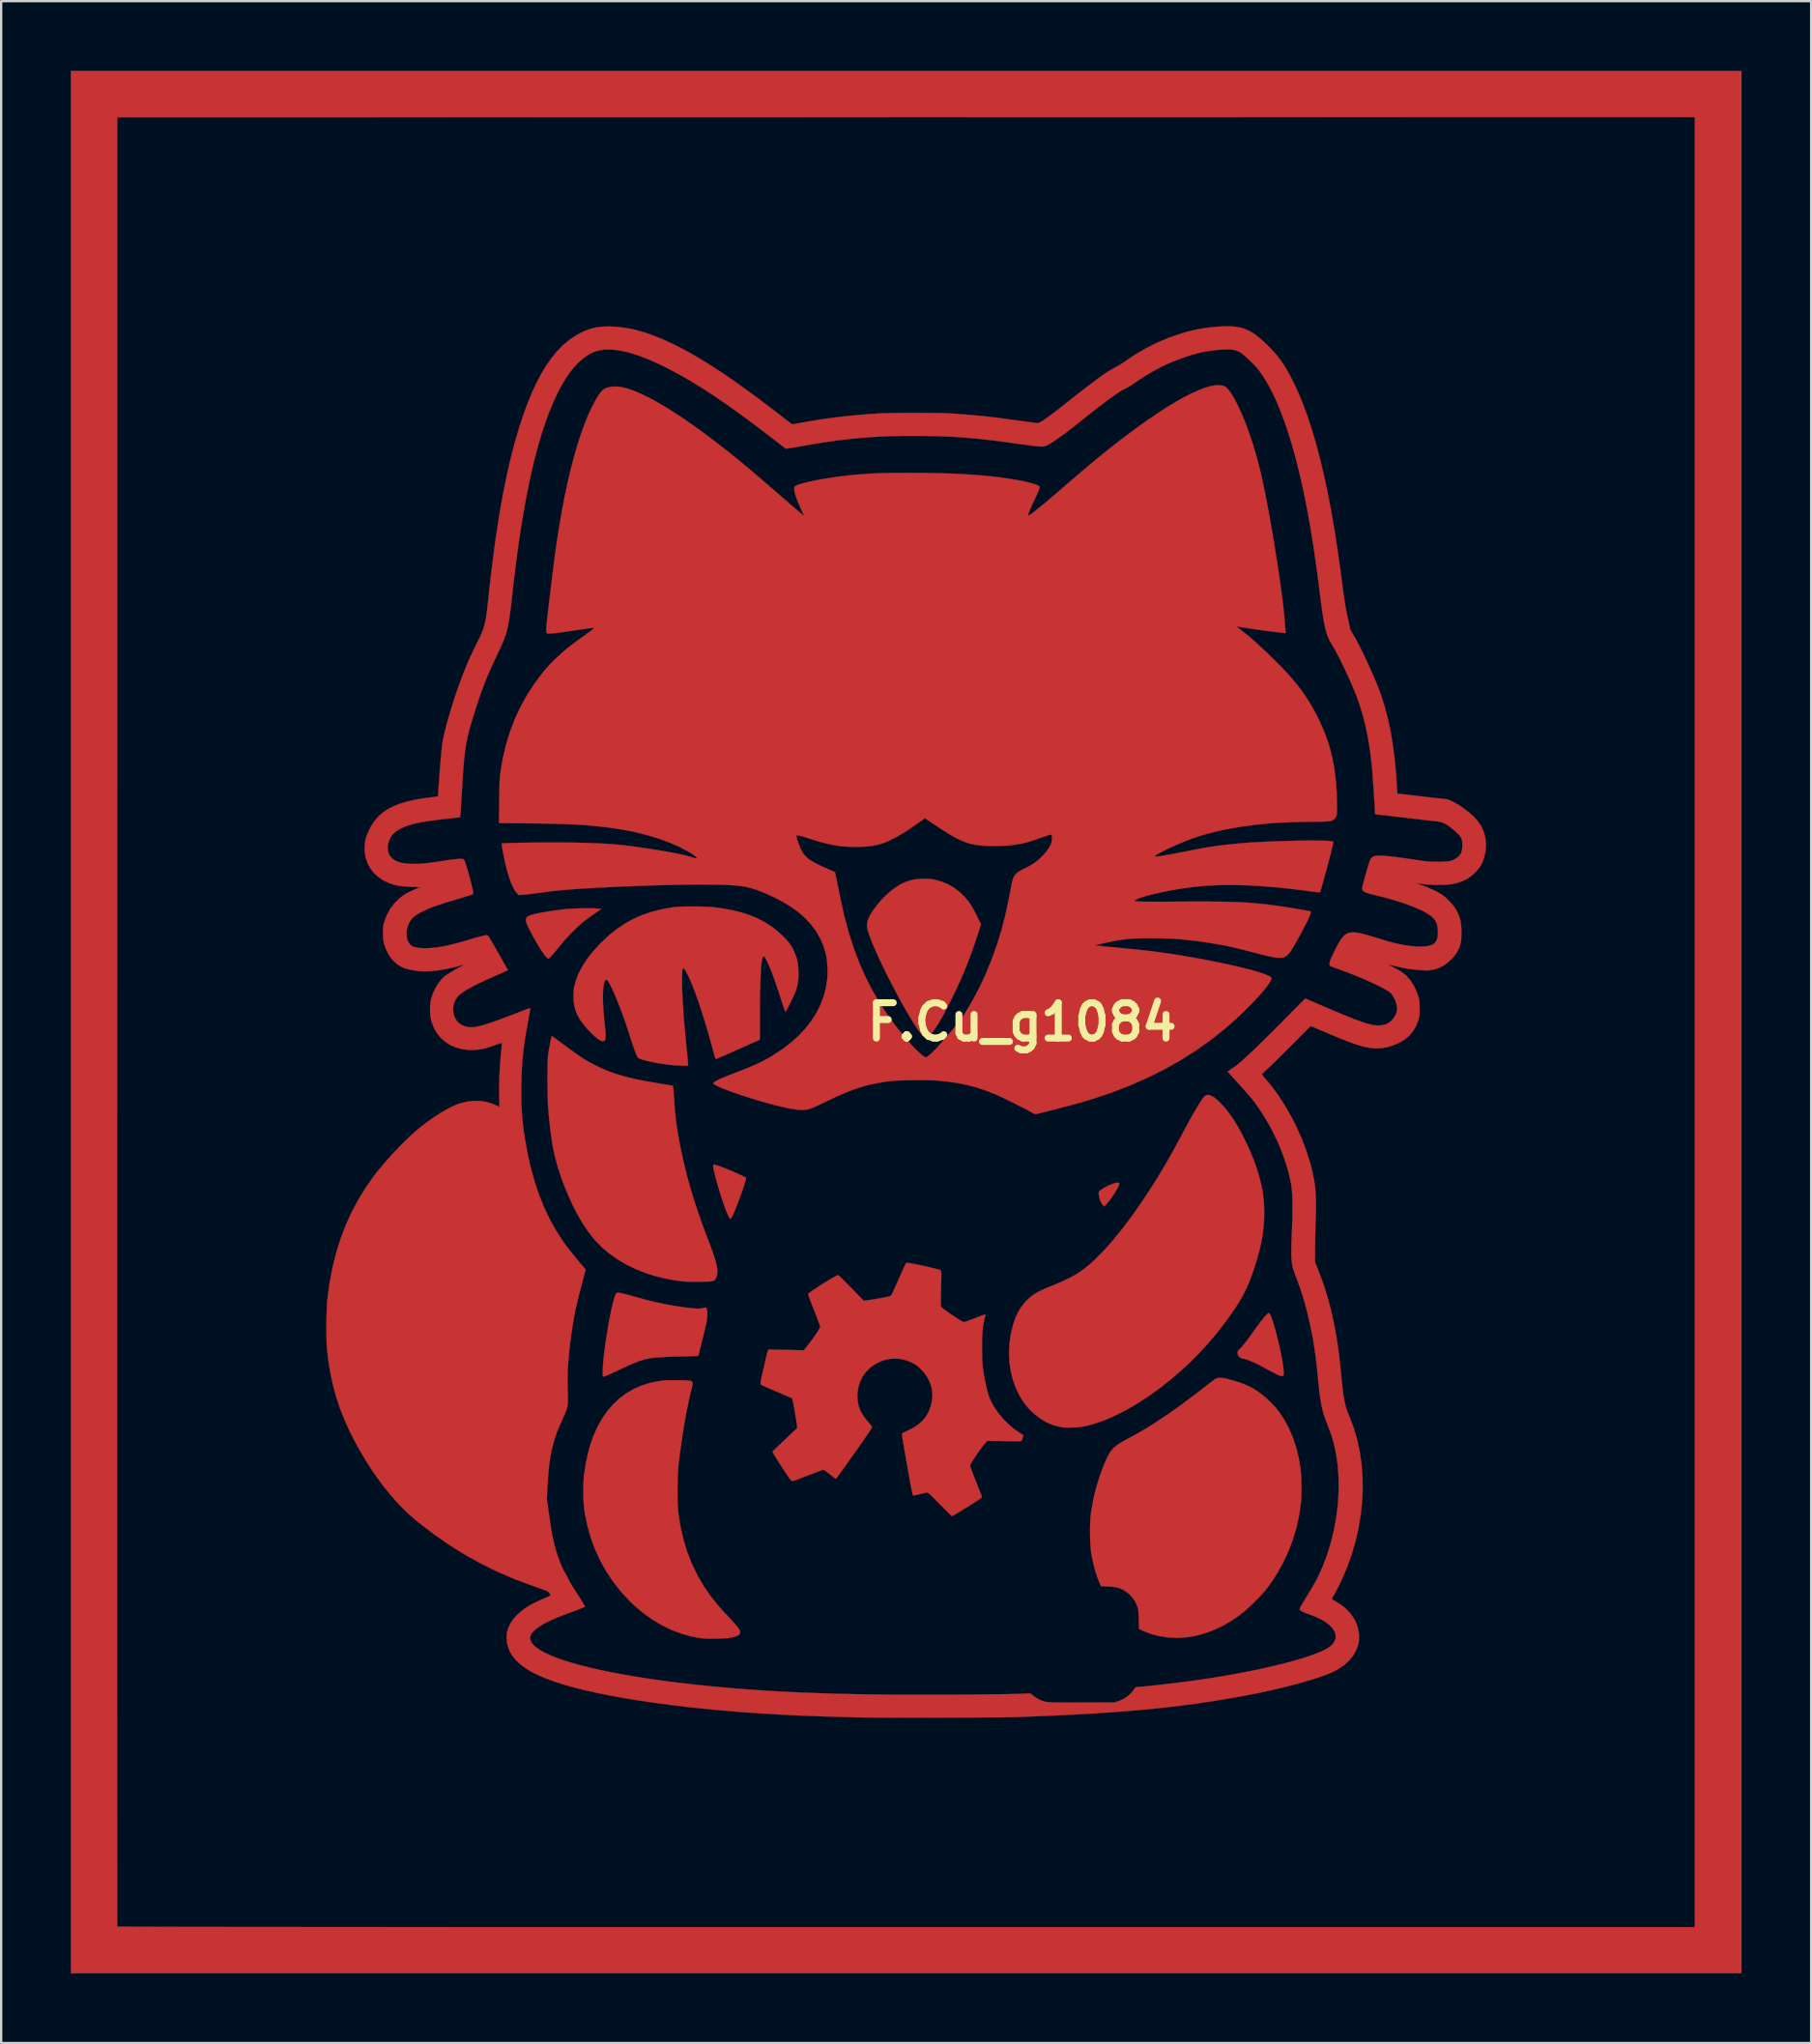
<source format=kicad_pcb>
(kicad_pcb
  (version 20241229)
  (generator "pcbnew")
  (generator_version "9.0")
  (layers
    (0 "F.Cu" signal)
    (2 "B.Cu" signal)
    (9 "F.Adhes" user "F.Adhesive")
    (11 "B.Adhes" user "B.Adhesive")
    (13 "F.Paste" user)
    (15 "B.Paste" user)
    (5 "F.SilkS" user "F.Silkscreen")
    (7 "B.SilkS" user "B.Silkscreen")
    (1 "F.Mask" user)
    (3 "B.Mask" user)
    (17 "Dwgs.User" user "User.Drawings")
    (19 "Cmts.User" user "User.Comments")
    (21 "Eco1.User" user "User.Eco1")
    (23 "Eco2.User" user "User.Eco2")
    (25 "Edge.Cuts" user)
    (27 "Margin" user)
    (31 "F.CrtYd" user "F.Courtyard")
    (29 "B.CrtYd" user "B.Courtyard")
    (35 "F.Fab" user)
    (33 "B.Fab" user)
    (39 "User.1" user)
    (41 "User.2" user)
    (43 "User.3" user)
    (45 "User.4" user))
  (footprint "F.Cu_g1084"
    (layer "F.Cu")
    (at 41.005 41.005)
    (property "Reference" "F.Cu_g1084" (at 0 0 0) (layer "F.SilkS") (effects (font (size 1.524 1.524) (thickness 0.3))))
    (attr through_hole)
    (fp_poly (pts (xy 4.164 6.925) (xy 4.187 6.941) (xy 4.191 6.969) (xy 4.178 7.022) (xy 4.144 7.101) (xy 4.091 7.2) (xy 4.026 7.312) (xy 3.951 7.431) (xy 3.87 7.55) (xy 3.789 7.662) (xy 3.711 7.761) (xy 3.659 7.82) (xy 3.54 7.947) (xy 3.477 7.88) (xy 3.418 7.797) (xy 3.367 7.684) (xy 3.328 7.558) (xy 3.309 7.448) (xy 3.303 7.377) (xy 3.307 7.333) (xy 3.326 7.3) (xy 3.36 7.266) (xy 3.443 7.201) (xy 3.551 7.134) (xy 3.675 7.069) (xy 3.803 7.011) (xy 3.926 6.964) (xy 4.034 6.933) (xy 4.112 6.922) (xy 4.164 6.925)) (stroke (width 0.01) (type solid)) (fill yes) (layer "F.Cu"))
    (fp_poly (pts (xy -13.239 6.147) (xy -13.159 6.17) (xy -13.053 6.207) (xy -12.926 6.254) (xy -12.785 6.308) (xy -12.636 6.369) (xy -12.484 6.433) (xy -12.336 6.498) (xy -12.198 6.562) (xy -12.176 6.572) (xy -11.896 6.707) (xy -11.909 6.777) (xy -11.928 6.861) (xy -11.959 6.971) (xy -12.001 7.102) (xy -12.05 7.248) (xy -12.105 7.406) (xy -12.165 7.569) (xy -12.227 7.733) (xy -12.289 7.893) (xy -12.35 8.044) (xy -12.407 8.18) (xy -12.459 8.297) (xy -12.503 8.389) (xy -12.538 8.453) (xy -12.561 8.481) (xy -12.564 8.482) (xy -12.587 8.469) (xy -12.618 8.43) (xy -12.631 8.409) (xy -12.679 8.312) (xy -12.735 8.18) (xy -12.797 8.018) (xy -12.864 7.832) (xy -12.933 7.628) (xy -13.003 7.411) (xy -13.072 7.188) (xy -13.137 6.963) (xy -13.198 6.744) (xy -13.249 6.541) (xy -13.284 6.391) (xy -13.305 6.279) (xy -13.312 6.201) (xy -13.307 6.155) (xy -13.288 6.138) (xy -13.286 6.138) (xy -13.239 6.147)) (stroke (width 0.01) (type solid)) (fill yes) (layer "F.Cu"))
    (fp_poly (pts (xy -18.553 -4.905) (xy -18.412 -4.901) (xy -18.332 -4.896) (xy -18.133 -4.879) (xy -18.469 -4.646) (xy -18.59 -4.561) (xy -18.714 -4.471) (xy -18.83 -4.385) (xy -18.928 -4.309) (xy -18.986 -4.262) (xy -19.113 -4.149) (xy -19.257 -4.013) (xy -19.409 -3.861) (xy -19.561 -3.702) (xy -19.703 -3.547) (xy -19.827 -3.404) (xy -19.876 -3.344) (xy -19.992 -3.2) (xy -20.101 -3.068) (xy -20.198 -2.954) (xy -20.282 -2.859) (xy -20.348 -2.788) (xy -20.394 -2.744) (xy -20.416 -2.731) (xy -20.444 -2.745) (xy -20.487 -2.783) (xy -20.52 -2.817) (xy -20.586 -2.898) (xy -20.665 -3.01) (xy -20.755 -3.147) (xy -20.851 -3.302) (xy -20.949 -3.468) (xy -21.047 -3.638) (xy -21.139 -3.806) (xy -21.221 -3.965) (xy -21.291 -4.107) (xy -21.344 -4.227) (xy -21.369 -4.293) (xy -21.387 -4.365) (xy -21.388 -4.427) (xy -21.371 -4.481) (xy -21.331 -4.529) (xy -21.267 -4.571) (xy -21.175 -4.61) (xy -21.052 -4.647) (xy -20.895 -4.683) (xy -20.703 -4.72) (xy -20.471 -4.76) (xy -20.468 -4.76) (xy -20.317 -4.784) (xy -20.153 -4.809) (xy -19.993 -4.831) (xy -19.85 -4.85) (xy -19.78 -4.858) (xy -19.642 -4.872) (xy -19.477 -4.883) (xy -19.293 -4.892) (xy -19.1 -4.899) (xy -18.906 -4.904) (xy -18.721 -4.906) (xy -18.553 -4.905)) (stroke (width 0.01) (type solid)) (fill yes) (layer "F.Cu"))
    (fp_poly (pts (xy 10.65 12.543) (xy 10.68 12.58) (xy 10.717 12.654) (xy 10.76 12.761) (xy 10.806 12.896) (xy 10.855 13.054) (xy 10.906 13.232) (xy 10.958 13.424) (xy 11.009 13.626) (xy 11.059 13.833) (xy 11.107 14.042) (xy 11.151 14.246) (xy 11.19 14.443) (xy 11.223 14.627) (xy 11.25 14.794) (xy 11.268 14.94) (xy 11.278 15.059) (xy 11.278 15.135) (xy 11.273 15.201) (xy 11.263 15.237) (xy 11.242 15.252) (xy 11.208 15.257) (xy 11.147 15.249) (xy 11.055 15.216) (xy 10.954 15.17) (xy 10.864 15.124) (xy 10.75 15.065) (xy 10.626 14.999) (xy 10.503 14.932) (xy 10.472 14.914) (xy 10.261 14.802) (xy 10.066 14.704) (xy 9.888 14.624) (xy 9.733 14.562) (xy 9.603 14.52) (xy 9.503 14.501) (xy 9.476 14.499) (xy 9.438 14.485) (xy 9.388 14.449) (xy 9.364 14.427) (xy 9.318 14.373) (xy 9.297 14.322) (xy 9.292 14.26) (xy 9.296 14.198) (xy 9.314 14.156) (xy 9.354 14.115) (xy 9.375 14.098) (xy 9.428 14.048) (xy 9.501 13.965) (xy 9.594 13.85) (xy 9.706 13.705) (xy 9.834 13.533) (xy 9.977 13.336) (xy 10.022 13.271) (xy 10.164 13.075) (xy 10.29 12.908) (xy 10.4 12.77) (xy 10.492 12.663) (xy 10.564 12.589) (xy 10.617 12.549) (xy 10.649 12.543) (xy 10.65 12.543)) (stroke (width 0.01) (type solid)) (fill yes) (layer "F.Cu"))
    (fp_poly (pts (xy -4.051 -6.177) (xy -3.959 -6.17) (xy -3.868 -6.158) (xy -3.775 -6.14) (xy -3.474 -6.059) (xy -3.193 -5.942) (xy -2.931 -5.789) (xy -2.684 -5.597) (xy -2.561 -5.482) (xy -2.462 -5.381) (xy -2.377 -5.287) (xy -2.301 -5.192) (xy -2.23 -5.089) (xy -2.158 -4.972) (xy -2.081 -4.833) (xy -1.994 -4.665) (xy -1.954 -4.585) (xy -1.768 -4.212) (xy -1.976 -3.582) (xy -2.134 -3.121) (xy -2.292 -2.688) (xy -2.456 -2.272) (xy -2.631 -1.862) (xy -2.82 -1.446) (xy -3.029 -1.013) (xy -3.123 -0.826) (xy -3.26 -0.56) (xy -3.391 -0.315) (xy -3.514 -0.096) (xy -3.627 0.094) (xy -3.729 0.253) (xy -3.816 0.375) (xy -3.9 0.479) (xy -3.979 0.568) (xy -4.05 0.638) (xy -4.106 0.683) (xy -4.142 0.699) (xy -4.174 0.684) (xy -4.223 0.645) (xy -4.281 0.591) (xy -4.289 0.582) (xy -4.376 0.48) (xy -4.477 0.342) (xy -4.592 0.173) (xy -4.718 -0.024) (xy -4.852 -0.246) (xy -4.994 -0.488) (xy -5.141 -0.747) (xy -5.291 -1.02) (xy -5.443 -1.302) (xy -5.594 -1.59) (xy -5.743 -1.881) (xy -5.887 -2.17) (xy -6.026 -2.455) (xy -6.156 -2.73) (xy -6.276 -2.994) (xy -6.385 -3.242) (xy -6.479 -3.47) (xy -6.558 -3.675) (xy -6.62 -3.853) (xy -6.648 -3.947) (xy -6.676 -4.085) (xy -6.681 -4.216) (xy -6.661 -4.346) (xy -6.614 -4.482) (xy -6.538 -4.631) (xy -6.434 -4.796) (xy -6.265 -5.029) (xy -6.078 -5.25) (xy -5.878 -5.456) (xy -5.671 -5.641) (xy -5.463 -5.8) (xy -5.259 -5.928) (xy -5.093 -6.009) (xy -4.928 -6.072) (xy -4.777 -6.118) (xy -4.625 -6.148) (xy -4.457 -6.166) (xy -4.297 -6.175) (xy -4.16 -6.178) (xy -4.051 -6.177)) (stroke (width 0.01) (type solid)) (fill yes) (layer "F.Cu"))
    (fp_poly (pts (xy -17.372 11.67) (xy -17.272 11.688) (xy -17.143 11.717) (xy -16.991 11.755) (xy -16.822 11.8) (xy -16.642 11.852) (xy -16.61 11.861) (xy -16.243 11.963) (xy -15.858 12.058) (xy -15.463 12.143) (xy -15.069 12.217) (xy -14.688 12.278) (xy -14.328 12.323) (xy -14.161 12.339) (xy -14.041 12.349) (xy -13.952 12.352) (xy -13.882 12.35) (xy -13.821 12.341) (xy -13.769 12.329) (xy -13.699 12.311) (xy -13.657 12.306) (xy -13.632 12.313) (xy -13.61 12.335) (xy -13.605 12.341) (xy -13.585 12.378) (xy -13.573 12.431) (xy -13.568 12.513) (xy -13.568 12.559) (xy -13.569 12.633) (xy -13.572 12.704) (xy -13.579 12.777) (xy -13.59 12.857) (xy -13.606 12.949) (xy -13.629 13.058) (xy -13.659 13.189) (xy -13.697 13.348) (xy -13.743 13.539) (xy -13.783 13.697) (xy -13.956 14.387) (xy -14.241 14.401) (xy -14.382 14.406) (xy -14.542 14.411) (xy -14.698 14.414) (xy -14.804 14.415) (xy -14.978 14.417) (xy -15.168 14.423) (xy -15.362 14.432) (xy -15.553 14.443) (xy -15.732 14.456) (xy -15.889 14.47) (xy -16.015 14.485) (xy -16.044 14.49) (xy -16.25 14.533) (xy -16.473 14.6) (xy -16.718 14.693) (xy -16.989 14.812) (xy -17.004 14.819) (xy -17.228 14.925) (xy -17.418 15.013) (xy -17.575 15.086) (xy -17.703 15.146) (xy -17.805 15.192) (xy -17.885 15.227) (xy -17.945 15.252) (xy -17.988 15.268) (xy -18.018 15.277) (xy -18.038 15.279) (xy -18.051 15.277) (xy -18.059 15.271) (xy -18.061 15.269) (xy -18.07 15.238) (xy -18.075 15.172) (xy -18.076 15.076) (xy -18.073 14.958) (xy -18.066 14.824) (xy -18.056 14.68) (xy -18.043 14.536) (xy -18.016 14.288) (xy -17.983 14.029) (xy -17.946 13.763) (xy -17.905 13.494) (xy -17.861 13.228) (xy -17.816 12.968) (xy -17.769 12.72) (xy -17.723 12.489) (xy -17.677 12.278) (xy -17.632 12.093) (xy -17.591 11.938) (xy -17.552 11.817) (xy -17.531 11.763) (xy -17.498 11.7) (xy -17.468 11.67) (xy -17.437 11.663) (xy -17.372 11.67)) (stroke (width 0.01) (type solid)) (fill yes) (layer "F.Cu"))
    (fp_poly (pts (xy -14.83 15.435) (xy -14.686 15.438) (xy -14.553 15.442) (xy -14.438 15.448) (xy -14.349 15.456) (xy -14.293 15.465) (xy -14.283 15.468) (xy -14.24 15.491) (xy -14.212 15.52) (xy -14.201 15.563) (xy -14.205 15.626) (xy -14.223 15.716) (xy -14.247 15.813) (xy -14.325 16.133) (xy -14.402 16.49) (xy -14.479 16.877) (xy -14.553 17.289) (xy -14.624 17.72) (xy -14.69 18.163) (xy -14.751 18.614) (xy -14.8 19.008) (xy -14.817 19.192) (xy -14.831 19.404) (xy -14.842 19.637) (xy -14.848 19.884) (xy -14.852 20.135) (xy -14.851 20.383) (xy -14.847 20.621) (xy -14.838 20.841) (xy -14.826 21.034) (xy -14.811 21.194) (xy -14.81 21.198) (xy -14.717 21.772) (xy -14.59 22.322) (xy -14.428 22.848) (xy -14.23 23.353) (xy -13.997 23.837) (xy -13.727 24.301) (xy -13.419 24.748) (xy -13.074 25.178) (xy -12.828 25.451) (xy -12.665 25.625) (xy -12.529 25.771) (xy -12.418 25.893) (xy -12.33 25.995) (xy -12.263 26.077) (xy -12.213 26.144) (xy -12.18 26.199) (xy -12.16 26.244) (xy -12.151 26.282) (xy -12.15 26.3) (xy -12.165 26.362) (xy -12.211 26.415) (xy -12.292 26.461) (xy -12.41 26.5) (xy -12.564 26.535) (xy -12.67 26.549) (xy -12.809 26.561) (xy -12.971 26.57) (xy -13.146 26.575) (xy -13.326 26.577) (xy -13.501 26.575) (xy -13.661 26.57) (xy -13.796 26.56) (xy -13.864 26.553) (xy -14.297 26.471) (xy -14.724 26.348) (xy -15.144 26.185) (xy -15.554 25.982) (xy -15.954 25.74) (xy -16.341 25.461) (xy -16.714 25.145) (xy -16.923 24.945) (xy -17.285 24.554) (xy -17.614 24.138) (xy -17.909 23.698) (xy -18.169 23.236) (xy -18.393 22.754) (xy -18.58 22.255) (xy -18.729 21.739) (xy -18.84 21.21) (xy -18.872 20.997) (xy -18.889 20.84) (xy -18.901 20.652) (xy -18.908 20.442) (xy -18.911 20.222) (xy -18.909 20.003) (xy -18.902 19.793) (xy -18.89 19.605) (xy -18.874 19.452) (xy -18.802 19.01) (xy -18.714 18.596) (xy -18.609 18.214) (xy -18.488 17.868) (xy -18.478 17.841) (xy -18.303 17.45) (xy -18.102 17.092) (xy -17.877 16.768) (xy -17.627 16.477) (xy -17.354 16.221) (xy -17.058 16) (xy -16.738 15.815) (xy -16.397 15.664) (xy -16.034 15.55) (xy -15.649 15.473) (xy -15.471 15.45) (xy -15.377 15.443) (xy -15.259 15.438) (xy -15.124 15.435) (xy -14.978 15.434) (xy -14.83 15.435)) (stroke (width 0.01) (type solid)) (fill yes) (layer "F.Cu"))
    (fp_poly (pts (xy 31.009 41) (xy -41 41) (xy -41 17.902) (xy -39.006 17.902) (xy -39.006 18.967) (xy -39.006 20.012) (xy -39.006 21.037) (xy -39.006 22.04) (xy -39.006 23.021) (xy -39.006 23.98) (xy -39.006 24.916) (xy -39.006 25.827) (xy -39.006 26.714) (xy -39.006 27.576) (xy -39.006 28.412) (xy -39.006 29.221) (xy -39.005 30.003) (xy -39.005 30.758) (xy -39.005 31.483) (xy -39.005 32.18) (xy -39.005 32.846) (xy -39.005 33.482) (xy -39.005 34.087) (xy -39.004 34.66) (xy -39.004 35.201) (xy -39.004 35.708) (xy -39.004 36.181) (xy -39.003 36.62) (xy -39.003 37.024) (xy -39.003 37.392) (xy -39.003 37.724) (xy -39.002 38.018) (xy -39.002 38.275) (xy -39.002 38.493) (xy -39.002 38.672) (xy -39.001 38.811) (xy -39.001 38.91) (xy -39.001 38.968) (xy -39 38.984) (xy -38.993 38.985) (xy -38.97 38.986) (xy -38.933 38.987) (xy -38.88 38.988) (xy -38.81 38.989) (xy -38.724 38.99) (xy -38.62 38.991) (xy -38.499 38.992) (xy -38.359 38.993) (xy -38.2 38.994) (xy -38.022 38.995) (xy -37.824 38.996) (xy -37.605 38.996) (xy -37.366 38.997) (xy -37.105 38.998) (xy -36.822 38.999) (xy -36.516 38.999) (xy -36.187 39) (xy -35.835 39.001) (xy -35.459 39.001) (xy -35.058 39.002) (xy -34.631 39.002) (xy -34.179 39.003) (xy -33.701 39.004) (xy -33.196 39.004) (xy -32.664 39.004) (xy -32.104 39.005) (xy -31.516 39.005) (xy -30.898 39.006) (xy -30.252 39.006) (xy -29.575 39.007) (xy -28.868 39.007) (xy -28.131 39.007) (xy -27.361 39.008) (xy -26.56 39.008) (xy -25.726 39.008) (xy -24.859 39.008) (xy -23.959 39.009) (xy -23.024 39.009) (xy -22.055 39.009) (xy -21.051 39.009) (xy -20.011 39.009) (xy -18.935 39.009) (xy -17.822 39.01) (xy -16.672 39.01) (xy -15.484 39.01) (xy -14.258 39.01) (xy -12.993 39.01) (xy -11.688 39.01) (xy -10.344 39.01) (xy -8.959 39.01) (xy -7.534 39.01) (xy -6.067 39.01) (xy -4.996 39.01) (xy 28.998 39.01) (xy 28.998 -39.01) (xy -5.001 -39.005) (xy -39 -39) (xy -39.005 -0.021) (xy -39.005 1.264) (xy -39.005 2.539) (xy -39.005 3.804) (xy -39.006 5.057) (xy -39.006 6.298) (xy -39.006 7.526) (xy -39.006 8.741) (xy -39.006 9.942) (xy -39.006 11.129) (xy -39.006 12.3) (xy -39.006 13.455) (xy -39.006 14.593) (xy -39.006 15.714) (xy -39.006 16.817) (xy -39.006 17.902) (xy -41 17.902) (xy -41 -41) (xy 31.009 -41) (xy 31.009 41)) (stroke (width 0.01) (type solid)) (fill yes) (layer "F.Cu"))
    (fp_poly (pts (xy 8.68 15.346) (xy 8.813 15.372) (xy 8.974 15.413) (xy 9.168 15.469) (xy 9.189 15.475) (xy 9.433 15.554) (xy 9.646 15.636) (xy 9.839 15.727) (xy 10.023 15.831) (xy 10.21 15.955) (xy 10.291 16.013) (xy 10.415 16.112) (xy 10.555 16.235) (xy 10.699 16.373) (xy 10.837 16.515) (xy 10.959 16.651) (xy 11.045 16.757) (xy 11.286 17.111) (xy 11.494 17.492) (xy 11.671 17.899) (xy 11.815 18.331) (xy 11.926 18.786) (xy 12.004 19.264) (xy 12.011 19.325) (xy 12.024 19.476) (xy 12.034 19.658) (xy 12.041 19.86) (xy 12.043 20.07) (xy 12.042 20.276) (xy 12.037 20.469) (xy 12.028 20.636) (xy 12.022 20.704) (xy 11.949 21.233) (xy 11.835 21.759) (xy 11.683 22.276) (xy 11.494 22.782) (xy 11.268 23.271) (xy 11.009 23.742) (xy 10.717 24.188) (xy 10.507 24.469) (xy 10.409 24.585) (xy 10.285 24.721) (xy 10.143 24.869) (xy 9.99 25.021) (xy 9.833 25.171) (xy 9.681 25.311) (xy 9.539 25.434) (xy 9.416 25.533) (xy 9.404 25.543) (xy 9.029 25.802) (xy 8.646 26.024) (xy 8.257 26.207) (xy 7.865 26.351) (xy 7.471 26.455) (xy 7.077 26.519) (xy 6.684 26.543) (xy 6.296 26.525) (xy 6.244 26.519) (xy 5.883 26.46) (xy 5.541 26.367) (xy 5.226 26.243) (xy 5.043 26.158) (xy 5.032 25.753) (xy 5.028 25.6) (xy 5.022 25.481) (xy 5.014 25.39) (xy 5.004 25.317) (xy 4.991 25.255) (xy 4.977 25.209) (xy 4.894 25.013) (xy 4.777 24.831) (xy 4.633 24.67) (xy 4.468 24.537) (xy 4.335 24.461) (xy 4.24 24.417) (xy 4.155 24.385) (xy 4.068 24.363) (xy 3.971 24.347) (xy 3.853 24.336) (xy 3.703 24.328) (xy 3.697 24.327) (xy 3.403 24.314) (xy 3.343 24.18) (xy 3.252 23.954) (xy 3.167 23.696) (xy 3.091 23.416) (xy 3.025 23.123) (xy 2.98 22.871) (xy 2.96 22.708) (xy 2.945 22.513) (xy 2.936 22.295) (xy 2.931 22.065) (xy 2.931 21.832) (xy 2.937 21.607) (xy 2.947 21.398) (xy 2.964 21.216) (xy 2.971 21.156) (xy 3.064 20.608) (xy 3.189 20.082) (xy 3.347 19.569) (xy 3.461 19.262) (xy 3.547 19.044) (xy 3.626 18.86) (xy 3.7 18.704) (xy 3.776 18.572) (xy 3.858 18.457) (xy 3.95 18.356) (xy 4.056 18.263) (xy 4.183 18.173) (xy 4.334 18.08) (xy 4.514 17.98) (xy 4.727 17.867) (xy 4.731 17.865) (xy 5.031 17.701) (xy 5.357 17.508) (xy 5.708 17.288) (xy 6.08 17.042) (xy 6.471 16.773) (xy 6.878 16.482) (xy 7.299 16.17) (xy 7.732 15.84) (xy 7.977 15.647) (xy 8.079 15.568) (xy 8.172 15.497) (xy 8.252 15.438) (xy 8.311 15.396) (xy 8.34 15.377) (xy 8.407 15.35) (xy 8.483 15.336) (xy 8.572 15.334) (xy 8.68 15.346)) (stroke (width 0.01) (type solid)) (fill yes) (layer "F.Cu"))
    (fp_poly (pts (xy -20.252 0.61) (xy -20.205 0.642) (xy -20.134 0.693) (xy -20.043 0.759) (xy -19.937 0.838) (xy -19.863 0.893) (xy -19.637 1.062) (xy -19.44 1.207) (xy -19.265 1.333) (xy -19.11 1.441) (xy -18.968 1.535) (xy -18.836 1.619) (xy -18.707 1.695) (xy -18.579 1.766) (xy -18.445 1.837) (xy -18.375 1.872) (xy -18.153 1.979) (xy -17.931 2.076) (xy -17.704 2.164) (xy -17.469 2.245) (xy -17.219 2.32) (xy -16.952 2.391) (xy -16.661 2.458) (xy -16.342 2.522) (xy -15.991 2.586) (xy -15.603 2.651) (xy -15.557 2.658) (xy -15.417 2.681) (xy -15.291 2.702) (xy -15.185 2.721) (xy -15.105 2.736) (xy -15.057 2.746) (xy -15.046 2.75) (xy -15.041 2.774) (xy -15.034 2.833) (xy -15.026 2.923) (xy -15.018 3.035) (xy -15.01 3.163) (xy -15.008 3.196) (xy -14.985 3.55) (xy -14.957 3.882) (xy -14.922 4.203) (xy -14.878 4.525) (xy -14.825 4.858) (xy -14.76 5.214) (xy -14.72 5.419) (xy -14.596 5.996) (xy -14.456 6.572) (xy -14.296 7.153) (xy -14.116 7.744) (xy -13.913 8.352) (xy -13.686 8.983) (xy -13.517 9.426) (xy -13.411 9.705) (xy -13.322 9.95) (xy -13.252 10.162) (xy -13.198 10.347) (xy -13.16 10.506) (xy -13.138 10.643) (xy -13.131 10.761) (xy -13.139 10.864) (xy -13.16 10.954) (xy -13.195 11.035) (xy -13.21 11.061) (xy -13.233 11.097) (xy -13.259 11.125) (xy -13.291 11.147) (xy -13.336 11.163) (xy -13.397 11.174) (xy -13.481 11.181) (xy -13.593 11.186) (xy -13.736 11.188) (xy -13.917 11.189) (xy -13.917 11.189) (xy -14.069 11.19) (xy -14.21 11.19) (xy -14.333 11.189) (xy -14.432 11.188) (xy -14.501 11.186) (xy -14.531 11.184) (xy -14.58 11.178) (xy -14.658 11.169) (xy -14.751 11.159) (xy -14.796 11.154) (xy -14.894 11.141) (xy -15.019 11.121) (xy -15.155 11.098) (xy -15.287 11.073) (xy -15.303 11.07) (xy -15.774 10.959) (xy -16.226 10.817) (xy -16.657 10.646) (xy -17.064 10.447) (xy -17.446 10.221) (xy -17.799 9.97) (xy -18.122 9.696) (xy -18.41 9.4) (xy -18.527 9.261) (xy -18.745 8.969) (xy -18.96 8.64) (xy -19.168 8.28) (xy -19.367 7.895) (xy -19.554 7.491) (xy -19.727 7.074) (xy -19.883 6.648) (xy -20.019 6.221) (xy -20.134 5.798) (xy -20.17 5.644) (xy -20.228 5.355) (xy -20.282 5.024) (xy -20.332 4.655) (xy -20.376 4.249) (xy -20.417 3.807) (xy -20.43 3.641) (xy -20.438 3.512) (xy -20.444 3.355) (xy -20.449 3.174) (xy -20.453 2.975) (xy -20.456 2.765) (xy -20.457 2.551) (xy -20.457 2.337) (xy -20.455 2.129) (xy -20.453 1.935) (xy -20.449 1.76) (xy -20.443 1.61) (xy -20.436 1.491) (xy -20.43 1.418) (xy -20.418 1.339) (xy -20.402 1.239) (xy -20.382 1.126) (xy -20.36 1.008) (xy -20.338 0.891) (xy -20.316 0.785) (xy -20.297 0.696) (xy -20.281 0.632) (xy -20.271 0.601) (xy -20.27 0.6) (xy -20.252 0.61)) (stroke (width 0.01) (type solid)) (fill yes) (layer "F.Cu"))
    (fp_poly (pts (xy 8.043 3.143) (xy 8.111 3.163) (xy 8.186 3.195) (xy 8.251 3.229) (xy 8.313 3.269) (xy 8.379 3.323) (xy 8.458 3.396) (xy 8.556 3.494) (xy 8.562 3.499) (xy 8.759 3.716) (xy 8.951 3.961) (xy 9.139 4.236) (xy 9.326 4.546) (xy 9.514 4.894) (xy 9.544 4.953) (xy 9.775 5.433) (xy 9.969 5.895) (xy 10.129 6.34) (xy 10.244 6.738) (xy 10.312 7.017) (xy 10.363 7.271) (xy 10.4 7.512) (xy 10.423 7.756) (xy 10.435 8.013) (xy 10.438 8.234) (xy 10.43 8.555) (xy 10.407 8.87) (xy 10.367 9.186) (xy 10.309 9.509) (xy 10.231 9.846) (xy 10.133 10.203) (xy 10.014 10.586) (xy 9.958 10.752) (xy 9.869 11.002) (xy 9.778 11.236) (xy 9.681 11.459) (xy 9.575 11.675) (xy 9.458 11.891) (xy 9.327 12.112) (xy 9.177 12.344) (xy 9.007 12.591) (xy 8.814 12.86) (xy 8.657 13.07) (xy 8.326 13.492) (xy 7.973 13.903) (xy 7.602 14.302) (xy 7.214 14.688) (xy 6.813 15.058) (xy 6.402 15.409) (xy 5.984 15.74) (xy 5.56 16.05) (xy 5.135 16.335) (xy 4.711 16.594) (xy 4.29 16.824) (xy 3.876 17.024) (xy 3.471 17.192) (xy 3.078 17.326) (xy 2.709 17.421) (xy 2.583 17.444) (xy 2.451 17.46) (xy 2.301 17.47) (xy 2.148 17.474) (xy 2.029 17.476) (xy 1.921 17.476) (xy 1.833 17.475) (xy 1.774 17.472) (xy 1.757 17.471) (xy 1.556 17.429) (xy 1.385 17.383) (xy 1.231 17.328) (xy 1.081 17.261) (xy 1.004 17.222) (xy 0.766 17.075) (xy 0.535 16.896) (xy 0.319 16.691) (xy 0.13 16.47) (xy 0.081 16.404) (xy -0.111 16.1) (xy -0.269 15.772) (xy -0.394 15.424) (xy -0.484 15.06) (xy -0.54 14.683) (xy -0.561 14.296) (xy -0.546 13.904) (xy -0.495 13.509) (xy -0.407 13.116) (xy -0.389 13.052) (xy -0.29 12.758) (xy -0.172 12.499) (xy -0.03 12.268) (xy 0.137 12.062) (xy 0.196 12.001) (xy 0.305 11.897) (xy 0.415 11.806) (xy 0.532 11.723) (xy 0.663 11.645) (xy 0.813 11.568) (xy 0.991 11.487) (xy 1.201 11.4) (xy 1.261 11.377) (xy 1.489 11.283) (xy 1.716 11.183) (xy 1.932 11.081) (xy 2.131 10.981) (xy 2.306 10.886) (xy 2.445 10.8) (xy 2.69 10.625) (xy 2.948 10.411) (xy 3.217 10.161) (xy 3.497 9.875) (xy 3.786 9.557) (xy 4.082 9.206) (xy 4.385 8.826) (xy 4.692 8.417) (xy 5.003 7.98) (xy 5.227 7.652) (xy 5.446 7.321) (xy 5.651 7.003) (xy 5.847 6.691) (xy 6.038 6.376) (xy 6.228 6.052) (xy 6.421 5.712) (xy 6.621 5.348) (xy 6.834 4.954) (xy 6.872 4.884) (xy 6.977 4.686) (xy 7.066 4.52) (xy 7.141 4.38) (xy 7.206 4.26) (xy 7.265 4.154) (xy 7.32 4.056) (xy 7.374 3.962) (xy 7.431 3.864) (xy 7.494 3.758) (xy 7.56 3.647) (xy 7.658 3.486) (xy 7.739 3.36) (xy 7.809 3.265) (xy 7.87 3.198) (xy 7.927 3.158) (xy 7.983 3.14) (xy 8.043 3.143)) (stroke (width 0.01) (type solid)) (fill yes) (layer "F.Cu"))
    (fp_poly (pts (xy -13.993 -4.982) (xy -13.797 -4.979) (xy -13.621 -4.974) (xy -13.473 -4.968) (xy -13.359 -4.959) (xy -13.335 -4.957) (xy -12.879 -4.895) (xy -12.459 -4.816) (xy -12.072 -4.719) (xy -11.716 -4.601) (xy -11.386 -4.462) (xy -11.079 -4.301) (xy -10.794 -4.116) (xy -10.526 -3.906) (xy -10.287 -3.684) (xy -10.155 -3.546) (xy -10.049 -3.422) (xy -9.964 -3.304) (xy -9.892 -3.181) (xy -9.826 -3.043) (xy -9.818 -3.024) (xy -9.75 -2.854) (xy -9.701 -2.7) (xy -9.668 -2.547) (xy -9.647 -2.38) (xy -9.637 -2.201) (xy -9.636 -1.98) (xy -9.65 -1.784) (xy -9.682 -1.598) (xy -9.733 -1.408) (xy -9.75 -1.355) (xy -9.774 -1.291) (xy -9.811 -1.205) (xy -9.857 -1.103) (xy -9.91 -0.991) (xy -9.966 -0.875) (xy -10.022 -0.762) (xy -10.076 -0.657) (xy -10.124 -0.566) (xy -10.163 -0.495) (xy -10.191 -0.451) (xy -10.204 -0.44) (xy -10.213 -0.463) (xy -10.234 -0.522) (xy -10.265 -0.611) (xy -10.303 -0.726) (xy -10.349 -0.862) (xy -10.399 -1.014) (xy -10.434 -1.122) (xy -10.537 -1.434) (xy -10.63 -1.709) (xy -10.715 -1.948) (xy -10.792 -2.156) (xy -10.863 -2.334) (xy -10.929 -2.486) (xy -10.979 -2.593) (xy -11.03 -2.694) (xy -11.068 -2.763) (xy -11.095 -2.806) (xy -11.117 -2.828) (xy -11.138 -2.836) (xy -11.146 -2.836) (xy -11.172 -2.815) (xy -11.195 -2.753) (xy -11.217 -2.649) (xy -11.236 -2.504) (xy -11.252 -2.319) (xy -11.267 -2.095) (xy -11.279 -1.832) (xy -11.288 -1.53) (xy -11.296 -1.191) (xy -11.3 -0.814) (xy -11.302 -0.4) (xy -11.303 -0.273) (xy -11.303 0.755) (xy -12.229 1.17) (xy -12.415 1.253) (xy -12.59 1.331) (xy -12.75 1.402) (xy -12.891 1.464) (xy -13.009 1.516) (xy -13.1 1.555) (xy -13.16 1.581) (xy -13.185 1.591) (xy -13.185 1.591) (xy -13.202 1.582) (xy -13.221 1.546) (xy -13.246 1.477) (xy -13.276 1.373) (xy -13.287 1.333) (xy -13.412 0.875) (xy -13.537 0.436) (xy -13.661 0.019) (xy -13.783 -0.374) (xy -13.902 -0.739) (xy -14.018 -1.075) (xy -14.129 -1.378) (xy -14.234 -1.646) (xy -14.334 -1.876) (xy -14.382 -1.979) (xy -14.433 -2.081) (xy -14.481 -2.172) (xy -14.523 -2.243) (xy -14.552 -2.286) (xy -14.558 -2.293) (xy -14.591 -2.319) (xy -14.611 -2.312) (xy -14.63 -2.282) (xy -14.639 -2.255) (xy -14.647 -2.207) (xy -14.652 -2.133) (xy -14.655 -2.031) (xy -14.656 -1.895) (xy -14.656 -1.736) (xy -14.653 -1.496) (xy -14.645 -1.242) (xy -14.633 -0.971) (xy -14.616 -0.679) (xy -14.594 -0.363) (xy -14.567 -0.019) (xy -14.534 0.357) (xy -14.496 0.768) (xy -14.457 1.167) (xy -14.441 1.327) (xy -14.426 1.475) (xy -14.414 1.606) (xy -14.404 1.713) (xy -14.397 1.791) (xy -14.394 1.834) (xy -14.393 1.839) (xy -14.396 1.861) (xy -14.41 1.874) (xy -14.443 1.88) (xy -14.504 1.882) (xy -14.568 1.881) (xy -14.668 1.878) (xy -14.79 1.872) (xy -14.915 1.866) (xy -14.975 1.862) (xy -15.147 1.847) (xy -15.33 1.825) (xy -15.519 1.798) (xy -15.708 1.767) (xy -15.892 1.732) (xy -16.066 1.695) (xy -16.222 1.657) (xy -16.355 1.62) (xy -16.461 1.584) (xy -16.532 1.551) (xy -16.55 1.539) (xy -16.578 1.499) (xy -16.617 1.42) (xy -16.666 1.301) (xy -16.725 1.142) (xy -16.794 0.942) (xy -16.873 0.702) (xy -16.963 0.421) (xy -16.966 0.413) (xy -17.042 0.179) (xy -17.123 -0.059) (xy -17.208 -0.297) (xy -17.295 -0.531) (xy -17.382 -0.757) (xy -17.469 -0.972) (xy -17.552 -1.171) (xy -17.631 -1.351) (xy -17.705 -1.507) (xy -17.77 -1.636) (xy -17.826 -1.734) (xy -17.872 -1.796) (xy -17.882 -1.807) (xy -17.919 -1.832) (xy -17.948 -1.827) (xy -17.974 -1.789) (xy -18.001 -1.72) (xy -18.034 -1.587) (xy -18.056 -1.414) (xy -18.067 -1.204) (xy -18.067 -0.956) (xy -18.056 -0.672) (xy -18.033 -0.355) (xy -18 -0.004) (xy -17.991 0.072) (xy -17.97 0.274) (xy -17.957 0.438) (xy -17.951 0.567) (xy -17.954 0.666) (xy -17.965 0.737) (xy -17.986 0.785) (xy -18.016 0.813) (xy -18.056 0.825) (xy -18.074 0.826) (xy -18.143 0.809) (xy -18.231 0.761) (xy -18.333 0.687) (xy -18.447 0.591) (xy -18.566 0.478) (xy -18.687 0.352) (xy -18.806 0.218) (xy -18.918 0.08) (xy -19.019 -0.058) (xy -19.105 -0.191) (xy -19.165 -0.302) (xy -19.246 -0.501) (xy -19.3 -0.708) (xy -19.328 -0.932) (xy -19.334 -1.111) (xy -19.332 -1.229) (xy -19.326 -1.345) (xy -19.317 -1.444) (xy -19.307 -1.513) (xy -19.224 -1.817) (xy -19.104 -2.119) (xy -18.946 -2.419) (xy -18.75 -2.719) (xy -18.514 -3.021) (xy -18.238 -3.327) (xy -18.124 -3.443) (xy -17.793 -3.75) (xy -17.457 -4.018) (xy -17.112 -4.25) (xy -16.754 -4.448) (xy -16.377 -4.614) (xy -15.978 -4.75) (xy -15.552 -4.858) (xy -15.134 -4.934) (xy -15.035 -4.949) (xy -14.943 -4.96) (xy -14.85 -4.969) (xy -14.748 -4.975) (xy -14.631 -4.979) (xy -14.49 -4.981) (xy -14.319 -4.983) (xy -14.203 -4.983) (xy -13.993 -4.982)) (stroke (width 0.01) (type solid)) (fill yes) (layer "F.Cu"))
    (fp_poly (pts (xy -4.892 10.383) (xy -4.813 10.396) (xy -4.718 10.413) (xy -4.56 10.443) (xy -4.386 10.479) (xy -4.204 10.518) (xy -4.026 10.558) (xy -3.862 10.596) (xy -3.723 10.631) (xy -3.659 10.649) (xy -3.578 10.672) (xy -3.529 10.691) (xy -3.503 10.711) (xy -3.491 10.739) (xy -3.485 10.771) (xy -3.482 10.811) (xy -3.481 10.887) (xy -3.482 10.994) (xy -3.484 11.126) (xy -3.487 11.277) (xy -3.491 11.442) (xy -3.493 11.528) (xy -3.499 11.72) (xy -3.502 11.889) (xy -3.503 12.031) (xy -3.503 12.142) (xy -3.5 12.219) (xy -3.496 12.258) (xy -3.495 12.259) (xy -3.471 12.288) (xy -3.417 12.336) (xy -3.338 12.397) (xy -3.241 12.469) (xy -3.132 12.547) (xy -3.015 12.628) (xy -2.898 12.706) (xy -2.786 12.779) (xy -2.685 12.842) (xy -2.601 12.891) (xy -2.539 12.923) (xy -2.507 12.933) (xy -2.478 12.925) (xy -2.415 12.905) (xy -2.326 12.873) (xy -2.216 12.833) (xy -2.091 12.786) (xy -2.033 12.764) (xy -1.906 12.714) (xy -1.792 12.671) (xy -1.697 12.635) (xy -1.627 12.609) (xy -1.589 12.596) (xy -1.583 12.594) (xy -1.583 12.613) (xy -1.591 12.663) (xy -1.606 12.735) (xy -1.611 12.757) (xy -1.643 12.9) (xy -1.669 13.032) (xy -1.689 13.162) (xy -1.704 13.297) (xy -1.714 13.444) (xy -1.721 13.611) (xy -1.724 13.805) (xy -1.725 14.012) (xy -1.724 14.234) (xy -1.72 14.433) (xy -1.715 14.604) (xy -1.707 14.743) (xy -1.698 14.844) (xy -1.698 14.848) (xy -1.663 15.088) (xy -1.623 15.324) (xy -1.578 15.552) (xy -1.531 15.765) (xy -1.481 15.957) (xy -1.432 16.121) (xy -1.384 16.252) (xy -1.368 16.288) (xy -1.211 16.577) (xy -1.019 16.858) (xy -0.798 17.122) (xy -0.555 17.364) (xy -0.295 17.577) (xy -0.039 17.745) (xy 0.059 17.803) (xy 0.031 17.911) (xy 0.009 17.979) (xy -0.015 18.031) (xy -0.027 18.048) (xy -0.041 18.056) (xy -0.07 18.062) (xy -0.117 18.066) (xy -0.186 18.068) (xy -0.282 18.069) (xy -0.409 18.067) (xy -0.569 18.065) (xy -0.752 18.06) (xy -0.922 18.057) (xy -1.079 18.054) (xy -1.218 18.051) (xy -1.335 18.05) (xy -1.423 18.05) (xy -1.478 18.05) (xy -1.493 18.051) (xy -1.521 18.071) (xy -1.568 18.121) (xy -1.63 18.196) (xy -1.703 18.29) (xy -1.784 18.399) (xy -1.868 18.516) (xy -1.953 18.636) (xy -2.033 18.754) (xy -2.106 18.865) (xy -2.167 18.962) (xy -2.212 19.041) (xy -2.239 19.096) (xy -2.244 19.116) (xy -2.236 19.147) (xy -2.214 19.211) (xy -2.181 19.305) (xy -2.137 19.422) (xy -2.085 19.557) (xy -2.026 19.705) (xy -2.001 19.767) (xy -1.94 19.921) (xy -1.883 20.063) (xy -1.833 20.19) (xy -1.791 20.295) (xy -1.76 20.374) (xy -1.741 20.421) (xy -1.738 20.43) (xy -1.732 20.451) (xy -1.733 20.47) (xy -1.746 20.491) (xy -1.776 20.518) (xy -1.826 20.555) (xy -1.902 20.607) (xy -2.009 20.677) (xy -2.038 20.696) (xy -2.166 20.778) (xy -2.301 20.864) (xy -2.437 20.949) (xy -2.571 21.031) (xy -2.696 21.108) (xy -2.808 21.175) (xy -2.901 21.23) (xy -2.972 21.269) (xy -3.015 21.291) (xy -3.024 21.294) (xy -3.043 21.279) (xy -3.088 21.237) (xy -3.155 21.172) (xy -3.241 21.088) (xy -3.342 20.986) (xy -3.454 20.872) (xy -3.538 20.786) (xy -3.68 20.641) (xy -3.796 20.524) (xy -3.888 20.434) (xy -3.96 20.366) (xy -4.013 20.32) (xy -4.052 20.292) (xy -4.077 20.279) (xy -4.085 20.278) (xy -4.126 20.283) (xy -4.197 20.297) (xy -4.29 20.317) (xy -4.391 20.341) (xy -4.491 20.366) (xy -4.579 20.386) (xy -4.645 20.4) (xy -4.679 20.405) (xy -4.679 20.405) (xy -4.689 20.401) (xy -4.699 20.389) (xy -4.71 20.365) (xy -4.722 20.327) (xy -4.736 20.273) (xy -4.753 20.199) (xy -4.773 20.102) (xy -4.796 19.981) (xy -4.824 19.832) (xy -4.856 19.653) (xy -4.894 19.442) (xy -4.937 19.194) (xy -4.987 18.908) (xy -5.003 18.817) (xy -5.045 18.578) (xy -5.08 18.378) (xy -5.108 18.212) (xy -5.131 18.078) (xy -5.149 17.972) (xy -5.162 17.89) (xy -5.17 17.83) (xy -5.175 17.787) (xy -5.177 17.759) (xy -5.176 17.742) (xy -5.172 17.732) (xy -5.167 17.726) (xy -5.16 17.721) (xy -5.159 17.721) (xy -5.129 17.703) (xy -5.07 17.674) (xy -4.993 17.638) (xy -4.953 17.62) (xy -4.698 17.494) (xy -4.482 17.353) (xy -4.301 17.194) (xy -4.153 17.015) (xy -4.035 16.813) (xy -3.946 16.587) (xy -3.94 16.568) (xy -3.881 16.309) (xy -3.863 16.057) (xy -3.887 15.813) (xy -3.953 15.577) (xy -4.059 15.35) (xy -4.206 15.133) (xy -4.358 14.962) (xy -4.449 14.875) (xy -4.524 14.81) (xy -4.599 14.759) (xy -4.686 14.711) (xy -4.741 14.683) (xy -4.903 14.611) (xy -5.047 14.561) (xy -5.189 14.529) (xy -5.346 14.51) (xy -5.398 14.506) (xy -5.649 14.511) (xy -5.897 14.556) (xy -6.096 14.624) (xy -6.338 14.746) (xy -6.548 14.897) (xy -6.727 15.074) (xy -6.872 15.276) (xy -6.983 15.5) (xy -7.057 15.744) (xy -7.094 16.006) (xy -7.098 16.129) (xy -7.083 16.353) (xy -7.039 16.562) (xy -6.961 16.762) (xy -6.848 16.959) (xy -6.697 17.161) (xy -6.685 17.174) (xy -6.616 17.257) (xy -6.555 17.33) (xy -6.508 17.387) (xy -6.482 17.42) (xy -6.481 17.422) (xy -6.471 17.442) (xy -6.473 17.469) (xy -6.491 17.508) (xy -6.527 17.568) (xy -6.583 17.654) (xy -6.663 17.772) (xy -6.757 17.908) (xy -6.86 18.058) (xy -6.972 18.218) (xy -7.089 18.386) (xy -7.209 18.557) (xy -7.33 18.728) (xy -7.449 18.895) (xy -7.563 19.055) (xy -7.67 19.205) (xy -7.768 19.341) (xy -7.854 19.459) (xy -7.925 19.556) (xy -7.979 19.628) (xy -8.014 19.672) (xy -8.026 19.685) (xy -8.048 19.672) (xy -8.095 19.638) (xy -8.162 19.588) (xy -8.241 19.526) (xy -8.249 19.52) (xy -8.354 19.436) (xy -8.432 19.375) (xy -8.489 19.334) (xy -8.53 19.31) (xy -8.563 19.3) (xy -8.592 19.301) (xy -8.625 19.31) (xy -8.665 19.325) (xy -8.714 19.343) (xy -8.796 19.374) (xy -8.904 19.415) (xy -9.032 19.464) (xy -9.173 19.518) (xy -9.296 19.567) (xy -9.439 19.622) (xy -9.572 19.672) (xy -9.688 19.715) (xy -9.782 19.75) (xy -9.848 19.773) (xy -9.878 19.782) (xy -9.905 19.784) (xy -9.929 19.776) (xy -9.957 19.753) (xy -9.993 19.709) (xy -10.044 19.639) (xy -10.089 19.575) (xy -10.166 19.462) (xy -10.253 19.331) (xy -10.345 19.191) (xy -10.436 19.049) (xy -10.523 18.913) (xy -10.599 18.791) (xy -10.66 18.69) (xy -10.691 18.638) (xy -10.758 18.519) (xy -10.708 18.464) (xy -10.68 18.437) (xy -10.626 18.384) (xy -10.549 18.31) (xy -10.454 18.22) (xy -10.346 18.116) (xy -10.227 18.004) (xy -10.174 17.953) (xy -9.69 17.497) (xy -9.704 17.369) (xy -9.714 17.288) (xy -9.731 17.176) (xy -9.753 17.042) (xy -9.777 16.896) (xy -9.803 16.748) (xy -9.828 16.607) (xy -9.851 16.484) (xy -9.87 16.388) (xy -9.876 16.361) (xy -9.909 16.217) (xy -10.114 16.127) (xy -10.195 16.092) (xy -10.306 16.044) (xy -10.437 15.988) (xy -10.581 15.926) (xy -10.728 15.864) (xy -10.782 15.841) (xy -10.913 15.785) (xy -11.032 15.733) (xy -11.131 15.687) (xy -11.207 15.65) (xy -11.252 15.626) (xy -11.263 15.617) (xy -11.272 15.579) (xy -11.27 15.522) (xy -11.269 15.515) (xy -11.257 15.453) (xy -11.238 15.36) (xy -11.213 15.243) (xy -11.183 15.108) (xy -11.15 14.962) (xy -11.116 14.812) (xy -11.083 14.665) (xy -11.051 14.528) (xy -11.022 14.407) (xy -10.998 14.31) (xy -10.98 14.242) (xy -10.973 14.217) (xy -10.938 14.115) (xy -10.172 14.13) (xy -9.407 14.145) (xy -9.258 13.957) (xy -9.143 13.809) (xy -9.035 13.665) (xy -8.938 13.529) (xy -8.853 13.405) (xy -8.784 13.299) (xy -8.733 13.213) (xy -8.705 13.154) (xy -8.7 13.131) (xy -8.707 13.101) (xy -8.729 13.037) (xy -8.763 12.943) (xy -8.807 12.825) (xy -8.859 12.687) (xy -8.919 12.534) (xy -8.966 12.415) (xy -9.028 12.256) (xy -9.085 12.108) (xy -9.134 11.977) (xy -9.174 11.867) (xy -9.202 11.783) (xy -9.218 11.731) (xy -9.22 11.714) (xy -9.199 11.692) (xy -9.145 11.651) (xy -9.066 11.594) (xy -8.964 11.524) (xy -8.844 11.445) (xy -8.713 11.359) (xy -8.573 11.27) (xy -8.43 11.181) (xy -8.288 11.094) (xy -8.251 11.072) (xy -8.123 10.997) (xy -8.024 10.945) (xy -7.957 10.915) (xy -7.922 10.91) (xy -7.899 10.927) (xy -7.85 10.972) (xy -7.779 11.04) (xy -7.69 11.127) (xy -7.585 11.232) (xy -7.469 11.349) (xy -7.356 11.464) (xy -6.828 12.007) (xy -6.685 11.993) (xy -6.618 11.985) (xy -6.523 11.971) (xy -6.407 11.952) (xy -6.279 11.93) (xy -6.146 11.907) (xy -6.016 11.883) (xy -5.897 11.86) (xy -5.798 11.84) (xy -5.725 11.823) (xy -5.688 11.813) (xy -5.673 11.805) (xy -5.658 11.793) (xy -5.64 11.771) (xy -5.619 11.737) (xy -5.592 11.687) (xy -5.559 11.618) (xy -5.516 11.526) (xy -5.462 11.409) (xy -5.397 11.261) (xy -5.317 11.081) (xy -5.251 10.93) (xy -5.19 10.794) (xy -5.135 10.669) (xy -5.086 10.562) (xy -5.046 10.478) (xy -5.019 10.422) (xy -5.008 10.402) (xy -4.994 10.387) (xy -4.975 10.379) (xy -4.944 10.377) (xy -4.892 10.383)) (stroke (width 0.01) (type solid)) (fill yes) (layer "F.Cu"))
    (fp_poly (pts (xy 8.649 -27.434) (xy 8.665 -27.43) (xy 8.746 -27.394) (xy 8.83 -27.327) (xy 8.919 -27.229) (xy 9.014 -27.098) (xy 9.116 -26.93) (xy 9.227 -26.725) (xy 9.303 -26.575) (xy 9.472 -26.208) (xy 9.638 -25.805) (xy 9.797 -25.371) (xy 9.949 -24.913) (xy 10.092 -24.436) (xy 10.223 -23.946) (xy 10.34 -23.453) (xy 10.411 -23.117) (xy 10.487 -22.745) (xy 10.564 -22.342) (xy 10.644 -21.915) (xy 10.723 -21.47) (xy 10.802 -21.013) (xy 10.88 -20.548) (xy 10.954 -20.083) (xy 11.026 -19.624) (xy 11.093 -19.175) (xy 11.154 -18.744) (xy 11.209 -18.335) (xy 11.239 -18.093) (xy 11.252 -17.982) (xy 11.267 -17.851) (xy 11.281 -17.707) (xy 11.296 -17.555) (xy 11.311 -17.402) (xy 11.324 -17.252) (xy 11.336 -17.113) (xy 11.346 -16.99) (xy 11.354 -16.888) (xy 11.358 -16.815) (xy 11.359 -16.775) (xy 11.358 -16.769) (xy 11.334 -16.769) (xy 11.274 -16.774) (xy 11.181 -16.783) (xy 11.062 -16.797) (xy 10.92 -16.815) (xy 10.762 -16.835) (xy 10.591 -16.857) (xy 10.413 -16.881) (xy 10.234 -16.905) (xy 10.057 -16.93) (xy 9.888 -16.955) (xy 9.731 -16.978) (xy 9.593 -16.999) (xy 9.477 -17.018) (xy 9.43 -17.026) (xy 9.351 -17.039) (xy 9.29 -17.048) (xy 9.257 -17.051) (xy 9.254 -17.05) (xy 9.267 -17.036) (xy 9.309 -17.001) (xy 9.372 -16.95) (xy 9.451 -16.888) (xy 9.476 -16.868) (xy 9.615 -16.759) (xy 9.75 -16.651) (xy 9.884 -16.537) (xy 10.025 -16.414) (xy 10.178 -16.275) (xy 10.349 -16.116) (xy 10.542 -15.934) (xy 10.861 -15.624) (xy 11.149 -15.335) (xy 11.409 -15.061) (xy 11.643 -14.798) (xy 11.855 -14.543) (xy 12.048 -14.292) (xy 12.225 -14.039) (xy 12.39 -13.782) (xy 12.546 -13.515) (xy 12.695 -13.235) (xy 12.815 -12.992) (xy 12.998 -12.585) (xy 13.153 -12.176) (xy 13.282 -11.761) (xy 13.386 -11.335) (xy 13.466 -10.891) (xy 13.523 -10.426) (xy 13.559 -9.933) (xy 13.575 -9.409) (xy 13.575 -9.387) (xy 13.576 -9.238) (xy 13.576 -9.125) (xy 13.574 -9.041) (xy 13.57 -8.979) (xy 13.563 -8.934) (xy 13.553 -8.897) (xy 13.539 -8.863) (xy 13.53 -8.844) (xy 13.483 -8.769) (xy 13.422 -8.718) (xy 13.381 -8.696) (xy 13.357 -8.684) (xy 13.332 -8.674) (xy 13.302 -8.666) (xy 13.264 -8.66) (xy 13.213 -8.654) (xy 13.146 -8.65) (xy 13.058 -8.646) (xy 12.945 -8.643) (xy 12.803 -8.64) (xy 12.628 -8.637) (xy 12.416 -8.634) (xy 12.351 -8.633) (xy 12.017 -8.627) (xy 11.719 -8.62) (xy 11.45 -8.611) (xy 11.203 -8.601) (xy 10.972 -8.588) (xy 10.749 -8.572) (xy 10.529 -8.553) (xy 10.304 -8.53) (xy 10.068 -8.504) (xy 10.012 -8.497) (xy 9.46 -8.424) (xy 8.946 -8.338) (xy 8.466 -8.24) (xy 8.017 -8.128) (xy 7.595 -8.003) (xy 7.26 -7.886) (xy 7.098 -7.823) (xy 6.926 -7.753) (xy 6.749 -7.678) (xy 6.572 -7.6) (xy 6.399 -7.521) (xy 6.236 -7.445) (xy 6.088 -7.372) (xy 5.96 -7.307) (xy 5.856 -7.25) (xy 5.783 -7.204) (xy 5.745 -7.174) (xy 5.723 -7.147) (xy 5.73 -7.135) (xy 5.772 -7.133) (xy 5.781 -7.133) (xy 5.842 -7.138) (xy 5.944 -7.152) (xy 6.087 -7.175) (xy 6.271 -7.207) (xy 6.496 -7.249) (xy 6.762 -7.3) (xy 7.069 -7.359) (xy 7.101 -7.366) (xy 7.348 -7.414) (xy 7.56 -7.455) (xy 7.744 -7.49) (xy 7.909 -7.519) (xy 8.06 -7.544) (xy 8.205 -7.567) (xy 8.351 -7.588) (xy 8.505 -7.608) (xy 8.674 -7.629) (xy 8.678 -7.629) (xy 8.958 -7.662) (xy 9.243 -7.69) (xy 9.538 -7.716) (xy 9.848 -7.738) (xy 10.177 -7.758) (xy 10.531 -7.775) (xy 10.914 -7.791) (xy 11.331 -7.804) (xy 11.652 -7.813) (xy 11.905 -7.819) (xy 12.15 -7.822) (xy 12.384 -7.824) (xy 12.603 -7.824) (xy 12.803 -7.822) (xy 12.982 -7.818) (xy 13.134 -7.813) (xy 13.257 -7.806) (xy 13.347 -7.797) (xy 13.401 -7.788) (xy 13.413 -7.782) (xy 13.413 -7.757) (xy 13.405 -7.7) (xy 13.388 -7.617) (xy 13.366 -7.517) (xy 13.359 -7.488) (xy 13.333 -7.381) (xy 13.3 -7.251) (xy 13.262 -7.102) (xy 13.219 -6.939) (xy 13.173 -6.767) (xy 13.126 -6.59) (xy 13.078 -6.414) (xy 13.031 -6.243) (xy 12.987 -6.082) (xy 12.946 -5.937) (xy 12.911 -5.811) (xy 12.882 -5.711) (xy 12.86 -5.64) (xy 12.847 -5.603) (xy 12.845 -5.6) (xy 12.818 -5.596) (xy 12.752 -5.598) (xy 12.649 -5.608) (xy 12.512 -5.624) (xy 12.344 -5.646) (xy 12.335 -5.648) (xy 11.646 -5.736) (xy 10.99 -5.806) (xy 10.365 -5.858) (xy 9.765 -5.893) (xy 9.187 -5.909) (xy 8.627 -5.908) (xy 8.403 -5.902) (xy 7.912 -5.876) (xy 7.397 -5.826) (xy 6.867 -5.754) (xy 6.333 -5.662) (xy 5.805 -5.551) (xy 5.561 -5.492) (xy 5.394 -5.448) (xy 5.24 -5.403) (xy 5.105 -5.359) (xy 4.994 -5.317) (xy 4.911 -5.28) (xy 4.861 -5.249) (xy 4.847 -5.23) (xy 4.855 -5.22) (xy 4.881 -5.212) (xy 4.926 -5.205) (xy 4.992 -5.199) (xy 5.083 -5.195) (xy 5.2 -5.191) (xy 5.345 -5.189) (xy 5.521 -5.187) (xy 5.729 -5.187) (xy 5.972 -5.187) (xy 6.252 -5.189) (xy 6.571 -5.191) (xy 6.731 -5.192) (xy 7.189 -5.195) (xy 7.608 -5.196) (xy 7.992 -5.195) (xy 8.344 -5.192) (xy 8.668 -5.188) (xy 8.966 -5.18) (xy 9.243 -5.171) (xy 9.502 -5.159) (xy 9.746 -5.144) (xy 9.979 -5.127) (xy 10.204 -5.107) (xy 10.426 -5.084) (xy 10.562 -5.069) (xy 10.72 -5.049) (xy 10.894 -5.026) (xy 11.079 -5) (xy 11.27 -4.972) (xy 11.462 -4.943) (xy 11.651 -4.913) (xy 11.83 -4.884) (xy 11.995 -4.856) (xy 12.142 -4.831) (xy 12.264 -4.808) (xy 12.358 -4.789) (xy 12.418 -4.774) (xy 12.437 -4.767) (xy 12.45 -4.749) (xy 12.447 -4.713) (xy 12.427 -4.649) (xy 12.426 -4.646) (xy 12.394 -4.565) (xy 12.343 -4.455) (xy 12.278 -4.321) (xy 12.2 -4.169) (xy 12.115 -4.004) (xy 12.024 -3.834) (xy 11.932 -3.663) (xy 11.84 -3.498) (xy 11.753 -3.345) (xy 11.673 -3.208) (xy 11.604 -3.095) (xy 11.548 -3.011) (xy 11.526 -2.98) (xy 11.436 -2.885) (xy 11.343 -2.819) (xy 11.335 -2.815) (xy 11.252 -2.786) (xy 11.149 -2.773) (xy 11.023 -2.775) (xy 10.871 -2.792) (xy 10.689 -2.826) (xy 10.472 -2.876) (xy 10.388 -2.897) (xy 10.094 -2.973) (xy 9.838 -3.039) (xy 9.612 -3.096) (xy 9.413 -3.146) (xy 9.237 -3.189) (xy 9.077 -3.226) (xy 8.93 -3.259) (xy 8.791 -3.288) (xy 8.654 -3.315) (xy 8.516 -3.341) (xy 8.372 -3.366) (xy 8.216 -3.393) (xy 8.129 -3.407) (xy 7.9 -3.442) (xy 7.639 -3.478) (xy 7.358 -3.513) (xy 7.066 -3.546) (xy 6.776 -3.575) (xy 6.742 -3.578) (xy 6.661 -3.584) (xy 6.545 -3.59) (xy 6.403 -3.596) (xy 6.241 -3.602) (xy 6.066 -3.607) (xy 5.888 -3.611) (xy 5.831 -3.612) (xy 5.508 -3.616) (xy 5.218 -3.614) (xy 4.956 -3.607) (xy 4.714 -3.593) (xy 4.485 -3.573) (xy 4.261 -3.546) (xy 4.255 -3.545) (xy 4.182 -3.534) (xy 4.084 -3.516) (xy 3.969 -3.494) (xy 3.841 -3.469) (xy 3.708 -3.441) (xy 3.576 -3.413) (xy 3.451 -3.386) (xy 3.338 -3.361) (xy 3.246 -3.339) (xy 3.179 -3.322) (xy 3.145 -3.31) (xy 3.141 -3.308) (xy 3.163 -3.304) (xy 3.223 -3.297) (xy 3.317 -3.287) (xy 3.44 -3.274) (xy 3.589 -3.259) (xy 3.76 -3.242) (xy 3.948 -3.224) (xy 4.141 -3.206) (xy 4.496 -3.171) (xy 4.815 -3.14) (xy 5.103 -3.109) (xy 5.365 -3.081) (xy 5.607 -3.052) (xy 5.834 -3.023) (xy 6.053 -2.994) (xy 6.268 -2.963) (xy 6.413 -2.941) (xy 6.811 -2.878) (xy 7.205 -2.812) (xy 7.593 -2.743) (xy 7.97 -2.673) (xy 8.336 -2.601) (xy 8.686 -2.528) (xy 9.019 -2.456) (xy 9.33 -2.384) (xy 9.618 -2.314) (xy 9.88 -2.246) (xy 10.113 -2.18) (xy 10.313 -2.117) (xy 10.479 -2.059) (xy 10.608 -2.004) (xy 10.665 -1.975) (xy 10.72 -1.941) (xy 10.744 -1.913) (xy 10.748 -1.88) (xy 10.744 -1.858) (xy 10.716 -1.783) (xy 10.659 -1.684) (xy 10.574 -1.563) (xy 10.465 -1.423) (xy 10.334 -1.267) (xy 10.184 -1.098) (xy 10.017 -0.918) (xy 9.836 -0.731) (xy 9.644 -0.538) (xy 9.444 -0.344) (xy 9.237 -0.15) (xy 9.027 0.041) (xy 8.816 0.224) (xy 8.731 0.296) (xy 8.131 0.773) (xy 7.499 1.222) (xy 6.837 1.641) (xy 6.143 2.032) (xy 5.419 2.394) (xy 4.664 2.727) (xy 3.88 3.031) (xy 3.064 3.306) (xy 2.552 3.46) (xy 2.449 3.489) (xy 2.315 3.525) (xy 2.155 3.568) (xy 1.977 3.615) (xy 1.786 3.665) (xy 1.588 3.717) (xy 1.391 3.768) (xy 1.2 3.817) (xy 1.022 3.862) (xy 0.862 3.902) (xy 0.729 3.935) (xy 0.626 3.96) (xy 0.593 3.968) (xy 0.56 3.961) (xy 0.503 3.937) (xy 0.431 3.901) (xy 0.413 3.89) (xy 0.317 3.838) (xy 0.193 3.772) (xy 0.045 3.695) (xy -0.118 3.612) (xy -0.29 3.525) (xy -0.465 3.438) (xy -0.636 3.353) (xy -0.796 3.275) (xy -0.938 3.207) (xy -1.056 3.153) (xy -1.139 3.116) (xy -1.555 2.952) (xy -1.966 2.817) (xy -2.382 2.707) (xy -2.81 2.622) (xy -3.26 2.558) (xy -3.698 2.517) (xy -3.834 2.51) (xy -4 2.505) (xy -4.189 2.502) (xy -4.395 2.501) (xy -4.609 2.502) (xy -4.826 2.505) (xy -5.037 2.51) (xy -5.236 2.516) (xy -5.416 2.524) (xy -5.569 2.533) (xy -5.69 2.544) (xy -5.715 2.547) (xy -6.024 2.592) (xy -6.316 2.644) (xy -6.596 2.706) (xy -6.871 2.78) (xy -7.149 2.868) (xy -7.434 2.972) (xy -7.733 3.094) (xy -8.053 3.236) (xy -8.4 3.4) (xy -8.465 3.432) (xy -8.615 3.504) (xy -8.759 3.572) (xy -8.891 3.633) (xy -9.006 3.684) (xy -9.096 3.722) (xy -9.155 3.745) (xy -9.16 3.747) (xy -9.305 3.778) (xy -9.473 3.788) (xy -9.67 3.778) (xy -9.899 3.746) (xy -9.963 3.735) (xy -10.155 3.696) (xy -10.365 3.649) (xy -10.588 3.595) (xy -10.822 3.534) (xy -11.062 3.468) (xy -11.307 3.398) (xy -11.552 3.324) (xy -11.794 3.249) (xy -12.029 3.173) (xy -12.255 3.097) (xy -12.468 3.023) (xy -12.664 2.951) (xy -12.841 2.883) (xy -12.994 2.819) (xy -13.121 2.761) (xy -13.218 2.711) (xy -13.282 2.668) (xy -13.309 2.635) (xy -13.309 2.627) (xy -13.287 2.601) (xy -13.23 2.563) (xy -13.144 2.516) (xy -13.034 2.461) (xy -12.905 2.403) (xy -12.762 2.342) (xy -12.611 2.282) (xy -12.571 2.267) (xy -12.279 2.156) (xy -12.023 2.056) (xy -11.797 1.964) (xy -11.595 1.878) (xy -11.413 1.796) (xy -11.245 1.716) (xy -11.086 1.634) (xy -10.932 1.549) (xy -10.776 1.458) (xy -10.735 1.433) (xy -10.331 1.169) (xy -9.964 0.888) (xy -9.633 0.591) (xy -9.34 0.278) (xy -9.084 -0.05) (xy -8.867 -0.392) (xy -8.689 -0.748) (xy -8.55 -1.116) (xy -8.451 -1.495) (xy -8.401 -1.807) (xy -8.387 -1.99) (xy -8.384 -2.194) (xy -8.39 -2.406) (xy -8.406 -2.614) (xy -8.43 -2.803) (xy -8.454 -2.926) (xy -8.555 -3.271) (xy -8.696 -3.599) (xy -8.874 -3.91) (xy -9.092 -4.204) (xy -9.348 -4.481) (xy -9.642 -4.74) (xy -9.975 -4.981) (xy -10.346 -5.205) (xy -10.615 -5.345) (xy -10.931 -5.494) (xy -11.219 -5.616) (xy -11.484 -5.714) (xy -11.731 -5.788) (xy -11.962 -5.841) (xy -12.038 -5.854) (xy -12.19 -5.873) (xy -12.383 -5.89) (xy -12.613 -5.903) (xy -12.879 -5.914) (xy -13.178 -5.921) (xy -13.509 -5.926) (xy -13.868 -5.927) (xy -14.254 -5.925) (xy -14.665 -5.92) (xy -15.098 -5.913) (xy -15.551 -5.902) (xy -16.022 -5.888) (xy -16.509 -5.872) (xy -17.009 -5.853) (xy -17.521 -5.83) (xy -17.96 -5.809) (xy -18.36 -5.789) (xy -18.723 -5.768) (xy -19.054 -5.747) (xy -19.359 -5.726) (xy -19.642 -5.703) (xy -19.908 -5.679) (xy -20.163 -5.653) (xy -20.412 -5.624) (xy -20.66 -5.593) (xy -20.786 -5.576) (xy -20.944 -5.555) (xy -21.1 -5.535) (xy -21.244 -5.517) (xy -21.369 -5.503) (xy -21.466 -5.493) (xy -21.511 -5.489) (xy -21.696 -5.476) (xy -21.78 -5.566) (xy -21.866 -5.68) (xy -21.951 -5.834) (xy -22.034 -6.027) (xy -22.116 -6.256) (xy -22.194 -6.52) (xy -22.245 -6.716) (xy -22.275 -6.843) (xy -22.305 -6.981) (xy -22.335 -7.122) (xy -22.363 -7.261) (xy -22.387 -7.391) (xy -22.407 -7.506) (xy -22.421 -7.599) (xy -22.429 -7.665) (xy -22.429 -7.697) (xy -22.428 -7.699) (xy -22.403 -7.703) (xy -22.34 -7.708) (xy -22.242 -7.713) (xy -22.114 -7.717) (xy -21.959 -7.721) (xy -21.782 -7.725) (xy -21.586 -7.729) (xy -21.376 -7.732) (xy -21.156 -7.735) (xy -20.929 -7.737) (xy -20.699 -7.739) (xy -20.471 -7.741) (xy -20.249 -7.741) (xy -20.036 -7.741) (xy -19.836 -7.74) (xy -19.654 -7.739) (xy -19.643 -7.739) (xy -19.244 -7.733) (xy -18.883 -7.725) (xy -18.551 -7.715) (xy -18.244 -7.703) (xy -17.956 -7.687) (xy -17.68 -7.668) (xy -17.412 -7.645) (xy -17.144 -7.618) (xy -16.871 -7.585) (xy -16.587 -7.547) (xy -16.286 -7.504) (xy -15.962 -7.454) (xy -15.937 -7.45) (xy -15.605 -7.396) (xy -15.311 -7.346) (xy -15.053 -7.299) (xy -14.827 -7.254) (xy -14.629 -7.212) (xy -14.457 -7.17) (xy -14.306 -7.128) (xy -14.239 -7.108) (xy -14.152 -7.082) (xy -14.079 -7.064) (xy -14.031 -7.057) (xy -14.017 -7.058) (xy -14.021 -7.082) (xy -14.057 -7.123) (xy -14.122 -7.176) (xy -14.211 -7.239) (xy -14.319 -7.309) (xy -14.412 -7.364) (xy -14.791 -7.562) (xy -15.207 -7.743) (xy -15.657 -7.908) (xy -16.067 -8.032) (xy -9.729 -8.032) (xy -9.727 -8.002) (xy -9.713 -7.941) (xy -9.69 -7.859) (xy -9.665 -7.783) (xy -9.606 -7.615) (xy -9.546 -7.47) (xy -9.481 -7.345) (xy -9.407 -7.234) (xy -9.32 -7.135) (xy -9.216 -7.043) (xy -9.091 -6.955) (xy -8.94 -6.868) (xy -8.76 -6.776) (xy -8.546 -6.677) (xy -8.403 -6.613) (xy -8.295 -6.566) (xy -8.2 -6.524) (xy -8.127 -6.491) (xy -8.08 -6.47) (xy -8.068 -6.464) (xy -8.062 -6.443) (xy -8.049 -6.385) (xy -8.029 -6.294) (xy -8.004 -6.176) (xy -7.975 -6.035) (xy -7.942 -5.875) (xy -7.907 -5.702) (xy -7.905 -5.693) (xy -7.864 -5.495) (xy -7.821 -5.29) (xy -7.777 -5.087) (xy -7.735 -4.893) (xy -7.695 -4.719) (xy -7.661 -4.572) (xy -7.644 -4.501) (xy -7.459 -3.817) (xy -7.249 -3.165) (xy -7.012 -2.542) (xy -6.747 -1.944) (xy -6.453 -1.368) (xy -6.126 -0.809) (xy -5.766 -0.265) (xy -5.37 0.267) (xy -5.007 0.712) (xy -4.869 0.87) (xy -4.732 1.019) (xy -4.602 1.154) (xy -4.479 1.273) (xy -4.369 1.373) (xy -4.275 1.45) (xy -4.199 1.501) (xy -4.146 1.523) (xy -4.139 1.524) (xy -4.112 1.511) (xy -4.064 1.477) (xy -4.002 1.429) (xy -3.989 1.418) (xy -3.893 1.33) (xy -3.776 1.213) (xy -3.642 1.072) (xy -3.497 0.912) (xy -3.344 0.738) (xy -3.187 0.554) (xy -3.031 0.367) (xy -2.88 0.18) (xy -2.739 -0.001) (xy -2.611 -0.171) (xy -2.536 -0.275) (xy -2.421 -0.448) (xy -2.294 -0.654) (xy -2.161 -0.885) (xy -2.025 -1.134) (xy -1.89 -1.393) (xy -1.759 -1.656) (xy -1.637 -1.916) (xy -1.528 -2.164) (xy -1.525 -2.17) (xy -1.277 -2.79) (xy -1.06 -3.403) (xy -0.872 -4.019) (xy -0.711 -4.649) (xy -0.571 -5.304) (xy -0.54 -5.472) (xy -0.506 -5.656) (xy -0.478 -5.804) (xy -0.455 -5.921) (xy -0.436 -6.013) (xy -0.418 -6.083) (xy -0.402 -6.139) (xy -0.386 -6.185) (xy -0.368 -6.226) (xy -0.348 -6.267) (xy -0.307 -6.336) (xy -0.256 -6.397) (xy -0.187 -6.455) (xy -0.095 -6.514) (xy 0.025 -6.579) (xy 0.133 -6.632) (xy 0.264 -6.699) (xy 0.395 -6.772) (xy 0.51 -6.844) (xy 0.582 -6.895) (xy 0.757 -7.039) (xy 0.916 -7.196) (xy 1.054 -7.358) (xy 1.165 -7.518) (xy 1.243 -7.669) (xy 1.248 -7.683) (xy 1.272 -7.761) (xy 1.287 -7.849) (xy 1.292 -7.935) (xy 1.289 -8.009) (xy 1.276 -8.061) (xy 1.26 -8.078) (xy 1.245 -8.08) (xy 1.219 -8.077) (xy 1.179 -8.067) (xy 1.12 -8.05) (xy 1.039 -8.024) (xy 0.931 -7.987) (xy 0.793 -7.939) (xy 0.62 -7.878) (xy 0.559 -7.856) (xy 0.277 -7.766) (xy -0.009 -7.695) (xy -0.305 -7.644) (xy -0.619 -7.61) (xy -0.961 -7.593) (xy -1.196 -7.589) (xy -1.437 -7.592) (xy -1.655 -7.601) (xy -1.855 -7.618) (xy -2.042 -7.645) (xy -2.22 -7.684) (xy -2.395 -7.737) (xy -2.572 -7.805) (xy -2.756 -7.89) (xy -2.952 -7.993) (xy -3.164 -8.118) (xy -3.398 -8.264) (xy -3.66 -8.435) (xy -3.729 -8.481) (xy -4.187 -8.788) (xy -4.533 -8.544) (xy -4.748 -8.395) (xy -4.938 -8.267) (xy -5.11 -8.157) (xy -5.272 -8.06) (xy -5.431 -7.971) (xy -5.595 -7.886) (xy -5.62 -7.874) (xy -5.827 -7.777) (xy -6.026 -7.7) (xy -6.225 -7.642) (xy -6.432 -7.599) (xy -6.657 -7.571) (xy -6.907 -7.556) (xy -7.154 -7.551) (xy -7.437 -7.556) (xy -7.7 -7.571) (xy -7.953 -7.6) (xy -8.206 -7.643) (xy -8.468 -7.703) (xy -8.748 -7.78) (xy -9.016 -7.863) (xy -9.21 -7.925) (xy -9.368 -7.974) (xy -9.492 -8.009) (xy -9.587 -8.033) (xy -9.654 -8.046) (xy -9.699 -8.048) (xy -9.723 -8.04) (xy -9.729 -8.032) (xy -16.067 -8.032) (xy -16.138 -8.054) (xy -16.646 -8.181) (xy -17.18 -8.288) (xy -17.737 -8.375) (xy -17.865 -8.391) (xy -18.099 -8.419) (xy -18.325 -8.444) (xy -18.549 -8.466) (xy -18.774 -8.485) (xy -19.005 -8.501) (xy -19.247 -8.516) (xy -19.503 -8.528) (xy -19.779 -8.538) (xy -20.078 -8.546) (xy -20.405 -8.554) (xy -20.765 -8.56) (xy -21.162 -8.565) (xy -21.248 -8.566) (xy -22.547 -8.579) (xy -22.536 -9.523) (xy -22.533 -9.783) (xy -22.529 -10.005) (xy -22.525 -10.192) (xy -22.519 -10.349) (xy -22.513 -10.48) (xy -22.505 -10.589) (xy -22.497 -10.679) (xy -22.491 -10.721) (xy -22.389 -11.338) (xy -22.251 -11.931) (xy -22.078 -12.502) (xy -21.869 -13.052) (xy -21.624 -13.581) (xy -21.342 -14.091) (xy -21.023 -14.582) (xy -20.666 -15.056) (xy -20.577 -15.166) (xy -20.368 -15.401) (xy -20.13 -15.643) (xy -19.871 -15.884) (xy -19.603 -16.113) (xy -19.334 -16.323) (xy -19.177 -16.436) (xy -19.064 -16.515) (xy -18.948 -16.598) (xy -18.833 -16.682) (xy -18.725 -16.762) (xy -18.629 -16.836) (xy -18.549 -16.898) (xy -18.491 -16.946) (xy -18.461 -16.974) (xy -18.457 -16.98) (xy -18.476 -16.989) (xy -18.523 -16.99) (xy -18.547 -16.988) (xy -18.737 -16.962) (xy -18.896 -16.941) (xy -19.034 -16.921) (xy -19.163 -16.903) (xy -19.293 -16.883) (xy -19.435 -16.862) (xy -19.505 -16.851) (xy -19.756 -16.813) (xy -19.971 -16.784) (xy -20.15 -16.763) (xy -20.292 -16.752) (xy -20.395 -16.749) (xy -20.459 -16.755) (xy -20.477 -16.763) (xy -20.488 -16.774) (xy -20.496 -16.79) (xy -20.503 -16.813) (xy -20.507 -16.846) (xy -20.508 -16.892) (xy -20.506 -16.952) (xy -20.501 -17.031) (xy -20.493 -17.13) (xy -20.482 -17.251) (xy -20.466 -17.398) (xy -20.447 -17.574) (xy -20.423 -17.779) (xy -20.395 -18.018) (xy -20.362 -18.293) (xy -20.325 -18.606) (xy -20.308 -18.743) (xy -20.266 -19.091) (xy -20.227 -19.403) (xy -20.192 -19.682) (xy -20.16 -19.935) (xy -20.129 -20.166) (xy -20.1 -20.381) (xy -20.071 -20.584) (xy -20.042 -20.781) (xy -20.012 -20.977) (xy -19.98 -21.177) (xy -19.948 -21.374) (xy -19.834 -22.035) (xy -19.713 -22.666) (xy -19.585 -23.267) (xy -19.451 -23.837) (xy -19.311 -24.374) (xy -19.166 -24.876) (xy -19.015 -25.343) (xy -18.86 -25.773) (xy -18.701 -26.165) (xy -18.538 -26.518) (xy -18.371 -26.83) (xy -18.341 -26.882) (xy -18.256 -27.019) (xy -18.183 -27.123) (xy -18.118 -27.202) (xy -18.054 -27.259) (xy -17.986 -27.303) (xy -17.965 -27.314) (xy -17.847 -27.356) (xy -17.703 -27.383) (xy -17.545 -27.395) (xy -17.388 -27.389) (xy -17.364 -27.386) (xy -17.15 -27.347) (xy -16.91 -27.277) (xy -16.643 -27.177) (xy -16.351 -27.048) (xy -16.035 -26.89) (xy -15.697 -26.704) (xy -15.337 -26.491) (xy -14.957 -26.252) (xy -14.558 -25.988) (xy -14.14 -25.698) (xy -13.706 -25.384) (xy -13.256 -25.046) (xy -12.792 -24.685) (xy -12.562 -24.503) (xy -12.427 -24.394) (xy -12.294 -24.286) (xy -12.16 -24.176) (xy -12.022 -24.062) (xy -11.877 -23.942) (xy -11.723 -23.812) (xy -11.557 -23.672) (xy -11.376 -23.517) (xy -11.178 -23.347) (xy -10.959 -23.158) (xy -10.716 -22.949) (xy -10.447 -22.716) (xy -10.15 -22.458) (xy -10.143 -22.453) (xy -9.994 -22.323) (xy -9.855 -22.203) (xy -9.729 -22.094) (xy -9.619 -22) (xy -9.529 -21.923) (xy -9.461 -21.866) (xy -9.42 -21.832) (xy -9.408 -21.823) (xy -9.405 -21.827) (xy -9.408 -21.841) (xy -9.419 -21.872) (xy -9.441 -21.923) (xy -9.475 -21.999) (xy -9.523 -22.105) (xy -9.567 -22.204) (xy -9.661 -22.421) (xy -9.734 -22.612) (xy -9.785 -22.774) (xy -9.814 -22.906) (xy -9.82 -23.007) (xy -9.803 -23.075) (xy -9.787 -23.095) (xy -9.727 -23.131) (xy -9.629 -23.171) (xy -9.497 -23.212) (xy -9.334 -23.255) (xy -9.144 -23.299) (xy -8.932 -23.344) (xy -8.701 -23.387) (xy -8.455 -23.43) (xy -8.197 -23.47) (xy -7.933 -23.508) (xy -7.665 -23.542) (xy -7.397 -23.571) (xy -7.218 -23.589) (xy -6.998 -23.608) (xy -6.79 -23.624) (xy -6.586 -23.637) (xy -6.381 -23.648) (xy -6.169 -23.657) (xy -5.944 -23.664) (xy -5.7 -23.668) (xy -5.432 -23.671) (xy -5.132 -23.673) (xy -4.805 -23.673) (xy -4.163 -23.669) (xy -3.561 -23.658) (xy -2.995 -23.64) (xy -2.462 -23.614) (xy -1.961 -23.58) (xy -1.488 -23.538) (xy -1.04 -23.489) (xy -0.615 -23.43) (xy -0.209 -23.364) (xy -0.159 -23.355) (xy 0.057 -23.312) (xy 0.249 -23.269) (xy 0.416 -23.226) (xy 0.553 -23.184) (xy 0.658 -23.144) (xy 0.728 -23.107) (xy 0.76 -23.074) (xy 0.762 -23.065) (xy 0.758 -23.034) (xy 0.745 -22.989) (xy 0.722 -22.927) (xy 0.686 -22.842) (xy 0.636 -22.73) (xy 0.569 -22.586) (xy 0.534 -22.511) (xy 0.446 -22.323) (xy 0.375 -22.163) (xy 0.321 -22.033) (xy 0.285 -21.934) (xy 0.267 -21.868) (xy 0.267 -21.84) (xy 0.285 -21.838) (xy 0.325 -21.858) (xy 0.388 -21.899) (xy 0.475 -21.963) (xy 0.587 -22.05) (xy 0.725 -22.16) (xy 0.889 -22.295) (xy 1.08 -22.456) (xy 1.3 -22.642) (xy 1.549 -22.855) (xy 1.829 -23.095) (xy 1.937 -23.189) (xy 2.283 -23.487) (xy 2.603 -23.76) (xy 2.901 -24.012) (xy 3.182 -24.245) (xy 3.451 -24.465) (xy 3.711 -24.674) (xy 3.967 -24.877) (xy 4.225 -25.076) (xy 4.488 -25.277) (xy 4.636 -25.387) (xy 5.08 -25.714) (xy 5.505 -26.014) (xy 5.908 -26.287) (xy 6.291 -26.532) (xy 6.651 -26.749) (xy 6.988 -26.938) (xy 7.302 -27.098) (xy 7.591 -27.228) (xy 7.855 -27.33) (xy 8.094 -27.402) (xy 8.306 -27.443) (xy 8.492 -27.454) (xy 8.649 -27.434)) (stroke (width 0.01) (type solid)) (fill yes) (layer "F.Cu"))
    (fp_poly (pts (xy 9.046 -29.984) (xy 9.247 -29.966) (xy 9.415 -29.936) (xy 9.43 -29.932) (xy 9.594 -29.881) (xy 9.751 -29.815) (xy 9.906 -29.731) (xy 10.064 -29.625) (xy 10.231 -29.494) (xy 10.411 -29.335) (xy 10.607 -29.147) (xy 10.8 -28.948) (xy 10.972 -28.752) (xy 11.13 -28.55) (xy 11.278 -28.337) (xy 11.421 -28.104) (xy 11.565 -27.844) (xy 11.705 -27.57) (xy 11.917 -27.112) (xy 12.121 -26.614) (xy 12.317 -26.076) (xy 12.505 -25.498) (xy 12.686 -24.88) (xy 12.858 -24.221) (xy 13.023 -23.521) (xy 13.181 -22.781) (xy 13.33 -21.999) (xy 13.472 -21.177) (xy 13.606 -20.313) (xy 13.733 -19.407) (xy 13.79 -18.965) (xy 13.826 -18.69) (xy 13.858 -18.449) (xy 13.889 -18.238) (xy 13.918 -18.048) (xy 13.948 -17.874) (xy 13.979 -17.708) (xy 14.013 -17.543) (xy 14.05 -17.374) (xy 14.066 -17.304) (xy 14.091 -17.191) (xy 14.113 -17.092) (xy 14.129 -17.013) (xy 14.138 -16.963) (xy 14.139 -16.951) (xy 14.15 -16.92) (xy 14.179 -16.863) (xy 14.223 -16.786) (xy 14.27 -16.708) (xy 14.34 -16.591) (xy 14.423 -16.44) (xy 14.516 -16.261) (xy 14.618 -16.059) (xy 14.724 -15.841) (xy 14.834 -15.61) (xy 14.944 -15.374) (xy 15.051 -15.138) (xy 15.153 -14.906) (xy 15.247 -14.685) (xy 15.314 -14.52) (xy 15.483 -14.067) (xy 15.632 -13.596) (xy 15.762 -13.103) (xy 15.875 -12.584) (xy 15.969 -12.038) (xy 16.046 -11.461) (xy 16.107 -10.85) (xy 16.141 -10.393) (xy 16.15 -10.247) (xy 16.159 -10.115) (xy 16.166 -10.004) (xy 16.172 -9.92) (xy 16.177 -9.866) (xy 16.178 -9.85) (xy 16.2 -9.847) (xy 16.258 -9.84) (xy 16.348 -9.829) (xy 16.465 -9.815) (xy 16.602 -9.799) (xy 16.756 -9.781) (xy 16.921 -9.762) (xy 17.092 -9.742) (xy 17.264 -9.722) (xy 17.431 -9.703) (xy 17.588 -9.685) (xy 17.73 -9.669) (xy 17.852 -9.656) (xy 17.949 -9.645) (xy 17.988 -9.641) (xy 18.123 -9.627) (xy 18.225 -9.615) (xy 18.303 -9.603) (xy 18.365 -9.588) (xy 18.422 -9.569) (xy 18.481 -9.543) (xy 18.553 -9.508) (xy 18.574 -9.498) (xy 18.844 -9.345) (xy 19.123 -9.15) (xy 19.286 -9.02) (xy 19.494 -8.831) (xy 19.662 -8.639) (xy 19.794 -8.44) (xy 19.891 -8.229) (xy 19.957 -8.002) (xy 19.987 -7.815) (xy 19.997 -7.582) (xy 19.974 -7.34) (xy 19.92 -7.102) (xy 19.84 -6.879) (xy 19.767 -6.736) (xy 19.722 -6.671) (xy 19.656 -6.588) (xy 19.578 -6.5) (xy 19.516 -6.434) (xy 19.345 -6.283) (xy 19.159 -6.16) (xy 18.955 -6.062) (xy 18.728 -5.989) (xy 18.475 -5.94) (xy 18.193 -5.914) (xy 17.878 -5.91) (xy 17.807 -5.912) (xy 17.664 -5.918) (xy 17.519 -5.926) (xy 17.384 -5.937) (xy 17.271 -5.948) (xy 17.209 -5.957) (xy 17.098 -5.974) (xy 17.029 -5.984) (xy 16.998 -5.985) (xy 17.006 -5.978) (xy 17.05 -5.961) (xy 17.129 -5.934) (xy 17.145 -5.929) (xy 17.391 -5.841) (xy 17.623 -5.745) (xy 17.834 -5.646) (xy 18.015 -5.546) (xy 18.129 -5.472) (xy 18.22 -5.4) (xy 18.324 -5.305) (xy 18.432 -5.197) (xy 18.533 -5.087) (xy 18.616 -4.986) (xy 18.646 -4.945) (xy 18.72 -4.823) (xy 18.791 -4.678) (xy 18.852 -4.529) (xy 18.892 -4.399) (xy 18.913 -4.286) (xy 18.928 -4.143) (xy 18.937 -3.983) (xy 18.94 -3.819) (xy 18.936 -3.662) (xy 18.926 -3.525) (xy 18.915 -3.45) (xy 18.852 -3.223) (xy 18.748 -3.011) (xy 18.606 -2.814) (xy 18.56 -2.763) (xy 18.37 -2.582) (xy 18.177 -2.44) (xy 17.975 -2.336) (xy 17.76 -2.268) (xy 17.66 -2.248) (xy 17.585 -2.236) (xy 17.518 -2.229) (xy 17.452 -2.226) (xy 17.376 -2.227) (xy 17.282 -2.232) (xy 17.161 -2.242) (xy 17.061 -2.25) (xy 16.85 -2.271) (xy 16.664 -2.295) (xy 16.488 -2.324) (xy 16.305 -2.361) (xy 16.102 -2.409) (xy 16.041 -2.424) (xy 15.946 -2.447) (xy 15.863 -2.468) (xy 15.803 -2.483) (xy 15.78 -2.489) (xy 15.78 -2.484) (xy 15.812 -2.464) (xy 15.871 -2.431) (xy 15.945 -2.392) (xy 16.116 -2.303) (xy 16.255 -2.226) (xy 16.366 -2.157) (xy 16.456 -2.094) (xy 16.532 -2.031) (xy 16.577 -1.987) (xy 16.749 -1.784) (xy 16.897 -1.551) (xy 17.017 -1.294) (xy 17.075 -1.128) (xy 17.096 -1.053) (xy 17.112 -0.988) (xy 17.122 -0.921) (xy 17.128 -0.844) (xy 17.132 -0.746) (xy 17.133 -0.617) (xy 17.133 -0.593) (xy 17.133 -0.457) (xy 17.131 -0.354) (xy 17.126 -0.274) (xy 17.117 -0.209) (xy 17.103 -0.148) (xy 17.085 -0.085) (xy 16.986 0.163) (xy 16.852 0.391) (xy 16.774 0.493) (xy 16.622 0.648) (xy 16.437 0.786) (xy 16.226 0.905) (xy 15.997 1.002) (xy 15.756 1.074) (xy 15.512 1.12) (xy 15.272 1.135) (xy 15.082 1.123) (xy 14.951 1.104) (xy 14.819 1.079) (xy 14.68 1.046) (xy 14.531 1.004) (xy 14.368 0.952) (xy 14.188 0.889) (xy 13.986 0.813) (xy 13.758 0.723) (xy 13.501 0.617) (xy 13.21 0.494) (xy 13.161 0.474) (xy 12.442 0.167) (xy 11.613 0.999) (xy 11.45 1.162) (xy 11.289 1.322) (xy 11.135 1.475) (xy 10.99 1.618) (xy 10.858 1.747) (xy 10.744 1.858) (xy 10.651 1.948) (xy 10.582 2.013) (xy 10.562 2.031) (xy 10.481 2.104) (xy 10.413 2.167) (xy 10.363 2.215) (xy 10.336 2.242) (xy 10.334 2.245) (xy 10.344 2.267) (xy 10.376 2.31) (xy 10.424 2.366) (xy 10.43 2.373) (xy 10.742 2.744) (xy 11.042 3.15) (xy 11.325 3.587) (xy 11.59 4.047) (xy 11.833 4.526) (xy 12.051 5.018) (xy 12.242 5.518) (xy 12.403 6.019) (xy 12.488 6.338) (xy 12.541 6.567) (xy 12.584 6.789) (xy 12.618 7.01) (xy 12.643 7.236) (xy 12.66 7.473) (xy 12.668 7.728) (xy 12.669 8.007) (xy 12.663 8.317) (xy 12.654 8.583) (xy 12.647 8.785) (xy 12.641 9.001) (xy 12.635 9.221) (xy 12.631 9.433) (xy 12.628 9.626) (xy 12.626 9.791) (xy 12.626 9.821) (xy 12.627 10.34) (xy 12.788 10.742) (xy 12.984 11.269) (xy 13.158 11.82) (xy 13.313 12.399) (xy 13.448 13.006) (xy 13.563 13.646) (xy 13.66 14.318) (xy 13.738 15.027) (xy 13.748 15.134) (xy 13.776 15.427) (xy 13.802 15.682) (xy 13.829 15.905) (xy 13.856 16.1) (xy 13.886 16.273) (xy 13.918 16.428) (xy 13.954 16.57) (xy 13.995 16.705) (xy 14.041 16.836) (xy 14.094 16.97) (xy 14.116 17.021) (xy 14.297 17.496) (xy 14.443 17.991) (xy 14.555 18.505) (xy 14.632 19.035) (xy 14.675 19.577) (xy 14.683 20.129) (xy 14.657 20.689) (xy 14.596 21.252) (xy 14.502 21.817) (xy 14.373 22.379) (xy 14.21 22.938) (xy 14.013 23.489) (xy 13.988 23.553) (xy 13.905 23.751) (xy 13.812 23.963) (xy 13.713 24.176) (xy 13.612 24.38) (xy 13.517 24.564) (xy 13.438 24.705) (xy 13.399 24.775) (xy 13.37 24.83) (xy 13.357 24.861) (xy 13.357 24.864) (xy 13.374 24.882) (xy 13.42 24.912) (xy 13.486 24.951) (xy 13.502 24.96) (xy 13.746 25.111) (xy 13.961 25.285) (xy 14.144 25.478) (xy 14.294 25.687) (xy 14.409 25.91) (xy 14.486 26.143) (xy 14.524 26.383) (xy 14.528 26.48) (xy 14.522 26.65) (xy 14.498 26.799) (xy 14.453 26.945) (xy 14.402 27.069) (xy 14.274 27.298) (xy 14.109 27.506) (xy 13.908 27.695) (xy 13.671 27.862) (xy 13.399 28.008) (xy 13.337 28.036) (xy 13.116 28.127) (xy 12.856 28.221) (xy 12.562 28.318) (xy 12.237 28.416) (xy 11.886 28.515) (xy 11.511 28.614) (xy 11.117 28.711) (xy 10.708 28.806) (xy 10.287 28.897) (xy 9.858 28.984) (xy 9.684 29.017) (xy 9.145 29.116) (xy 8.606 29.208) (xy 8.065 29.294) (xy 7.517 29.374) (xy 6.961 29.448) (xy 6.393 29.517) (xy 5.81 29.581) (xy 5.211 29.639) (xy 4.59 29.693) (xy 3.947 29.743) (xy 3.278 29.788) (xy 2.579 29.83) (xy 1.849 29.868) (xy 1.084 29.903) (xy 0.282 29.935) (xy -0.212 29.953) (xy -0.337 29.956) (xy -0.501 29.96) (xy -0.7 29.963) (xy -0.932 29.966) (xy -1.192 29.969) (xy -1.477 29.971) (xy -1.783 29.973) (xy -2.107 29.976) (xy -2.446 29.977) (xy -2.797 29.979) (xy -3.154 29.98) (xy -3.516 29.982) (xy -3.879 29.982) (xy -4.239 29.983) (xy -4.593 29.983) (xy -4.937 29.983) (xy -5.268 29.983) (xy -5.582 29.982) (xy -5.876 29.981) (xy -6.147 29.98) (xy -6.39 29.978) (xy -6.603 29.976) (xy -6.782 29.973) (xy -6.879 29.972) (xy -7.438 29.959) (xy -7.96 29.945) (xy -8.451 29.931) (xy -8.917 29.915) (xy -9.364 29.898) (xy -9.797 29.879) (xy -10.223 29.858) (xy -10.648 29.835) (xy -10.679 29.834) (xy -11.467 29.785) (xy -12.243 29.728) (xy -13.003 29.664) (xy -13.746 29.593) (xy -14.469 29.516) (xy -15.17 29.431) (xy -15.847 29.341) (xy -16.498 29.245) (xy -17.119 29.144) (xy -17.71 29.037) (xy -18.268 28.926) (xy -18.79 28.81) (xy -19.275 28.69) (xy -19.72 28.566) (xy -19.737 28.561) (xy -20.153 28.428) (xy -20.528 28.29) (xy -20.863 28.147) (xy -21.158 27.997) (xy -21.415 27.84) (xy -21.635 27.675) (xy -21.818 27.502) (xy -21.966 27.319) (xy -22.08 27.126) (xy -22.16 26.923) (xy -22.196 26.775) (xy -22.221 26.548) (xy -22.206 26.331) (xy -22.15 26.122) (xy -22.055 25.919) (xy -21.917 25.722) (xy -21.77 25.559) (xy -21.618 25.418) (xy -21.453 25.289) (xy -21.27 25.169) (xy -21.062 25.053) (xy -20.823 24.938) (xy -20.616 24.849) (xy -20.518 24.807) (xy -20.433 24.771) (xy -20.371 24.742) (xy -20.337 24.725) (xy -20.335 24.723) (xy -20.334 24.697) (xy -20.353 24.65) (xy -20.365 24.628) (xy -20.382 24.6) (xy -20.402 24.576) (xy -20.428 24.554) (xy -20.466 24.531) (xy -20.519 24.505) (xy -20.593 24.476) (xy -20.691 24.439) (xy -20.818 24.394) (xy -20.978 24.339) (xy -21.066 24.309) (xy -21.836 24.023) (xy -22.582 23.704) (xy -23.308 23.349) (xy -24.013 22.958) (xy -24.7 22.529) (xy -25.371 22.062) (xy -26.027 21.556) (xy -26.152 21.455) (xy -26.518 21.131) (xy -26.88 20.768) (xy -27.236 20.367) (xy -27.583 19.931) (xy -27.922 19.463) (xy -28.248 18.966) (xy -28.56 18.441) (xy -28.711 18.169) (xy -28.972 17.658) (xy -29.2 17.16) (xy -29.395 16.666) (xy -29.561 16.168) (xy -29.7 15.66) (xy -29.813 15.135) (xy -29.903 14.584) (xy -29.956 14.161) (xy -29.965 14.043) (xy -29.973 13.889) (xy -29.979 13.708) (xy -29.982 13.504) (xy -29.984 13.287) (xy -29.984 13.062) (xy -29.981 12.837) (xy -29.977 12.617) (xy -29.971 12.412) (xy -29.964 12.227) (xy -29.954 12.069) (xy -29.945 11.959) (xy -29.853 11.27) (xy -29.729 10.607) (xy -29.572 9.97) (xy -29.382 9.357) (xy -29.158 8.766) (xy -28.9 8.196) (xy -28.607 7.647) (xy -28.278 7.116) (xy -27.939 6.636) (xy -27.757 6.401) (xy -27.549 6.151) (xy -27.323 5.891) (xy -27.086 5.631) (xy -26.845 5.376) (xy -26.605 5.135) (xy -26.374 4.913) (xy -26.158 4.719) (xy -26.128 4.693) (xy -25.869 4.479) (xy -25.604 4.278) (xy -25.338 4.091) (xy -25.076 3.922) (xy -24.824 3.774) (xy -24.585 3.65) (xy -24.366 3.553) (xy -24.236 3.506) (xy -23.943 3.432) (xy -23.652 3.396) (xy -23.366 3.399) (xy -23.089 3.44) (xy -22.825 3.521) (xy -22.698 3.575) (xy -22.526 3.658) (xy -22.537 3.168) (xy -22.539 2.754) (xy -22.527 2.313) (xy -22.502 1.858) (xy -22.464 1.403) (xy -22.456 1.326) (xy -22.443 1.197) (xy -22.433 1.084) (xy -22.426 0.992) (xy -22.421 0.928) (xy -22.421 0.898) (xy -22.422 0.897) (xy -22.444 0.901) (xy -22.498 0.917) (xy -22.578 0.944) (xy -22.675 0.978) (xy -22.725 0.996) (xy -22.923 1.065) (xy -23.094 1.118) (xy -23.247 1.156) (xy -23.392 1.181) (xy -23.539 1.197) (xy -23.571 1.199) (xy -23.867 1.2) (xy -24.145 1.164) (xy -24.405 1.094) (xy -24.643 0.99) (xy -24.858 0.854) (xy -25.048 0.687) (xy -25.209 0.492) (xy -25.342 0.268) (xy -25.442 0.018) (xy -25.468 -0.067) (xy -25.499 -0.228) (xy -25.516 -0.413) (xy -25.518 -0.609) (xy -25.505 -0.799) (xy -25.478 -0.969) (xy -25.467 -1.015) (xy -25.387 -1.252) (xy -25.278 -1.48) (xy -25.146 -1.69) (xy -24.996 -1.872) (xy -24.932 -1.935) (xy -24.865 -1.99) (xy -24.767 -2.058) (xy -24.647 -2.135) (xy -24.513 -2.216) (xy -24.372 -2.297) (xy -24.232 -2.373) (xy -24.126 -2.426) (xy -24.076 -2.452) (xy -24.055 -2.467) (xy -24.067 -2.468) (xy -24.106 -2.458) (xy -24.177 -2.44) (xy -24.271 -2.416) (xy -24.378 -2.389) (xy -24.405 -2.382) (xy -24.791 -2.294) (xy -25.148 -2.232) (xy -25.479 -2.197) (xy -25.788 -2.189) (xy -26.078 -2.207) (xy -26.352 -2.252) (xy -26.442 -2.273) (xy -26.617 -2.325) (xy -26.761 -2.386) (xy -26.889 -2.463) (xy -27.012 -2.563) (xy -27.084 -2.633) (xy -27.174 -2.729) (xy -27.242 -2.814) (xy -27.3 -2.905) (xy -27.353 -3.006) (xy -27.43 -3.174) (xy -27.485 -3.322) (xy -27.52 -3.466) (xy -27.54 -3.618) (xy -27.546 -3.794) (xy -27.546 -3.842) (xy -27.544 -3.97) (xy -27.54 -4.067) (xy -27.531 -4.148) (xy -27.517 -4.222) (xy -27.495 -4.303) (xy -27.487 -4.329) (xy -27.381 -4.61) (xy -27.239 -4.871) (xy -27.062 -5.107) (xy -26.853 -5.318) (xy -26.826 -5.342) (xy -26.688 -5.448) (xy -26.532 -5.546) (xy -26.35 -5.64) (xy -26.137 -5.736) (xy -25.948 -5.815) (xy -26.325 -5.827) (xy -26.576 -5.841) (xy -26.794 -5.865) (xy -26.988 -5.901) (xy -27.168 -5.95) (xy -27.282 -5.991) (xy -27.529 -6.107) (xy -27.745 -6.251) (xy -27.931 -6.421) (xy -28.085 -6.616) (xy -28.204 -6.832) (xy -28.287 -7.067) (xy -28.333 -7.319) (xy -28.341 -7.48) (xy -27.341 -7.48) (xy -27.318 -7.321) (xy -27.258 -7.183) (xy -27.163 -7.067) (xy -27.158 -7.062) (xy -27.051 -6.982) (xy -26.927 -6.919) (xy -26.78 -6.873) (xy -26.604 -6.842) (xy -26.394 -6.824) (xy -26.352 -6.822) (xy -26.163 -6.818) (xy -25.965 -6.824) (xy -25.752 -6.84) (xy -25.516 -6.866) (xy -25.25 -6.903) (xy -25.061 -6.933) (xy -24.841 -6.968) (xy -24.643 -6.996) (xy -24.47 -7.017) (xy -24.325 -7.031) (xy -24.214 -7.038) (xy -24.139 -7.036) (xy -24.124 -7.034) (xy -24.074 -7.014) (xy -24.047 -6.988) (xy -24.022 -6.93) (xy -23.989 -6.838) (xy -23.951 -6.721) (xy -23.909 -6.583) (xy -23.866 -6.433) (xy -23.822 -6.277) (xy -23.78 -6.121) (xy -23.742 -5.972) (xy -23.71 -5.838) (xy -23.685 -5.724) (xy -23.669 -5.639) (xy -23.664 -5.592) (xy -23.664 -5.511) (xy -24.008 -5.402) (xy -24.159 -5.356) (xy -24.329 -5.303) (xy -24.502 -5.251) (xy -24.658 -5.205) (xy -24.691 -5.196) (xy -24.993 -5.104) (xy -25.262 -5.013) (xy -25.505 -4.92) (xy -25.732 -4.822) (xy -25.845 -4.768) (xy -26.016 -4.678) (xy -26.153 -4.59) (xy -26.261 -4.5) (xy -26.346 -4.402) (xy -26.414 -4.29) (xy -26.432 -4.255) (xy -26.493 -4.093) (xy -26.527 -3.931) (xy -26.534 -3.773) (xy -26.516 -3.625) (xy -26.474 -3.492) (xy -26.41 -3.38) (xy -26.324 -3.295) (xy -26.217 -3.241) (xy -26.21 -3.239) (xy -26.01 -3.199) (xy -25.777 -3.182) (xy -25.513 -3.189) (xy -25.22 -3.22) (xy -24.899 -3.273) (xy -24.554 -3.35) (xy -24.184 -3.449) (xy -24.035 -3.493) (xy -23.833 -3.554) (xy -23.647 -3.609) (xy -23.479 -3.656) (xy -23.335 -3.694) (xy -23.219 -3.723) (xy -23.135 -3.741) (xy -23.088 -3.746) (xy -23.043 -3.737) (xy -23.004 -3.701) (xy -22.976 -3.662) (xy -22.943 -3.607) (xy -22.895 -3.527) (xy -22.835 -3.424) (xy -22.766 -3.305) (xy -22.691 -3.173) (xy -22.611 -3.035) (xy -22.531 -2.893) (xy -22.452 -2.754) (xy -22.377 -2.622) (xy -22.309 -2.502) (xy -22.252 -2.398) (xy -22.206 -2.316) (xy -22.176 -2.26) (xy -22.164 -2.235) (xy -22.164 -2.234) (xy -22.185 -2.224) (xy -22.24 -2.199) (xy -22.324 -2.162) (xy -22.432 -2.114) (xy -22.56 -2.058) (xy -22.703 -1.996) (xy -22.765 -1.969) (xy -23.107 -1.817) (xy -23.409 -1.675) (xy -23.67 -1.544) (xy -23.891 -1.422) (xy -24.071 -1.311) (xy -24.211 -1.211) (xy -24.309 -1.121) (xy -24.318 -1.111) (xy -24.417 -0.97) (xy -24.485 -0.815) (xy -24.521 -0.653) (xy -24.526 -0.49) (xy -24.501 -0.331) (xy -24.446 -0.182) (xy -24.364 -0.051) (xy -24.254 0.058) (xy -24.145 0.126) (xy -24.063 0.162) (xy -23.981 0.191) (xy -23.895 0.21) (xy -23.803 0.221) (xy -23.702 0.221) (xy -23.589 0.21) (xy -23.462 0.188) (xy -23.317 0.154) (xy -23.152 0.108) (xy -22.963 0.048) (xy -22.749 -0.025) (xy -22.505 -0.113) (xy -22.23 -0.216) (xy -21.921 -0.335) (xy -21.74 -0.405) (xy -21.599 -0.46) (xy -21.471 -0.509) (xy -21.362 -0.55) (xy -21.276 -0.581) (xy -21.219 -0.601) (xy -21.196 -0.608) (xy -21.196 -0.608) (xy -21.198 -0.586) (xy -21.206 -0.528) (xy -21.221 -0.441) (xy -21.241 -0.329) (xy -21.265 -0.198) (xy -21.284 -0.097) (xy -21.356 0.301) (xy -21.417 0.667) (xy -21.466 1.009) (xy -21.506 1.336) (xy -21.537 1.656) (xy -21.559 1.978) (xy -21.575 2.309) (xy -21.584 2.66) (xy -21.584 2.703) (xy -21.587 3.07) (xy -21.583 3.406) (xy -21.572 3.72) (xy -21.553 4.022) (xy -21.525 4.321) (xy -21.488 4.628) (xy -21.44 4.952) (xy -21.429 5.027) (xy -21.31 5.685) (xy -21.168 6.308) (xy -21.003 6.898) (xy -20.814 7.458) (xy -20.6 7.989) (xy -20.361 8.492) (xy -20.096 8.97) (xy -19.804 9.424) (xy -19.74 9.515) (xy -19.674 9.606) (xy -19.586 9.721) (xy -19.484 9.852) (xy -19.373 9.991) (xy -19.26 10.131) (xy -19.183 10.225) (xy -18.811 10.672) (xy -18.982 11.31) (xy -19.073 11.655) (xy -19.152 11.97) (xy -19.22 12.263) (xy -19.279 12.545) (xy -19.332 12.823) (xy -19.379 13.109) (xy -19.424 13.411) (xy -19.467 13.739) (xy -19.483 13.867) (xy -19.516 14.154) (xy -19.542 14.417) (xy -19.562 14.665) (xy -19.577 14.907) (xy -19.585 15.152) (xy -19.589 15.41) (xy -19.587 15.689) (xy -19.582 15.997) (xy -19.579 16.108) (xy -19.576 16.246) (xy -19.575 16.35) (xy -19.577 16.43) (xy -19.583 16.495) (xy -19.593 16.553) (xy -19.608 16.614) (xy -19.618 16.647) (xy -19.645 16.728) (xy -19.685 16.834) (xy -19.735 16.955) (xy -19.79 17.078) (xy -19.811 17.123) (xy -19.908 17.336) (xy -19.988 17.522) (xy -20.055 17.692) (xy -20.113 17.857) (xy -20.166 18.027) (xy -20.181 18.079) (xy -20.242 18.307) (xy -20.293 18.534) (xy -20.337 18.768) (xy -20.374 19.014) (xy -20.404 19.28) (xy -20.429 19.572) (xy -20.45 19.898) (xy -20.456 20.003) (xy -20.485 20.563) (xy -20.392 21.212) (xy -20.356 21.459) (xy -20.325 21.67) (xy -20.296 21.852) (xy -20.269 22.009) (xy -20.243 22.15) (xy -20.216 22.279) (xy -20.188 22.403) (xy -20.158 22.527) (xy -20.14 22.595) (xy -20.082 22.802) (xy -20.016 23.009) (xy -19.944 23.21) (xy -19.87 23.396) (xy -19.797 23.561) (xy -19.727 23.696) (xy -19.688 23.76) (xy -19.642 23.835) (xy -19.599 23.919) (xy -19.59 23.939) (xy -19.555 24.014) (xy -19.511 24.098) (xy -19.455 24.196) (xy -19.384 24.313) (xy -19.295 24.454) (xy -19.184 24.625) (xy -19.176 24.638) (xy -19.101 24.754) (xy -19.031 24.865) (xy -18.969 24.963) (xy -18.922 25.042) (xy -18.893 25.092) (xy -18.837 25.197) (xy -18.889 25.224) (xy -18.922 25.238) (xy -18.989 25.265) (xy -19.084 25.302) (xy -19.202 25.346) (xy -19.335 25.396) (xy -19.465 25.444) (xy -19.732 25.545) (xy -19.963 25.635) (xy -20.164 25.718) (xy -20.338 25.796) (xy -20.491 25.871) (xy -20.628 25.944) (xy -20.692 25.981) (xy -20.825 26.067) (xy -20.946 26.159) (xy -21.05 26.25) (xy -21.129 26.334) (xy -21.175 26.403) (xy -21.207 26.515) (xy -21.197 26.627) (xy -21.147 26.74) (xy -21.057 26.853) (xy -20.928 26.966) (xy -20.761 27.078) (xy -20.557 27.189) (xy -20.317 27.3) (xy -20.041 27.41) (xy -19.731 27.518) (xy -19.388 27.624) (xy -19.011 27.728) (xy -18.603 27.831) (xy -18.164 27.93) (xy -17.694 28.027) (xy -17.196 28.121) (xy -16.669 28.211) (xy -16.114 28.298) (xy -15.533 28.382) (xy -14.926 28.461) (xy -14.293 28.535) (xy -14.044 28.563) (xy -13.428 28.627) (xy -12.806 28.685) (xy -12.176 28.738) (xy -11.535 28.785) (xy -10.881 28.828) (xy -10.21 28.865) (xy -9.521 28.897) (xy -8.81 28.925) (xy -8.076 28.948) (xy -7.314 28.966) (xy -6.524 28.98) (xy -5.701 28.989) (xy -4.844 28.994) (xy -3.95 28.994) (xy -3.111 28.991) (xy -2.787 28.989) (xy -2.465 28.987) (xy -2.149 28.985) (xy -1.844 28.982) (xy -1.552 28.979) (xy -1.277 28.976) (xy -1.023 28.973) (xy -0.794 28.97) (xy -0.593 28.966) (xy -0.424 28.963) (xy -0.29 28.96) (xy -0.205 28.958) (xy 0.363 28.937) (xy 0.479 29.031) (xy 0.609 29.124) (xy 0.755 29.206) (xy 0.898 29.266) (xy 0.914 29.272) (xy 0.955 29.284) (xy 1.002 29.294) (xy 1.058 29.303) (xy 1.126 29.31) (xy 1.208 29.316) (xy 1.31 29.321) (xy 1.432 29.325) (xy 1.58 29.327) (xy 1.755 29.329) (xy 1.962 29.33) (xy 2.203 29.33) (xy 2.481 29.329) (xy 2.625 29.329) (xy 3.99 29.325) (xy 4.159 29.268) (xy 4.376 29.174) (xy 4.567 29.047) (xy 4.732 28.886) (xy 4.817 28.775) (xy 4.864 28.711) (xy 4.899 28.677) (xy 4.934 28.662) (xy 4.968 28.66) (xy 5.019 28.657) (xy 5.108 28.65) (xy 5.228 28.639) (xy 5.374 28.625) (xy 5.542 28.608) (xy 5.725 28.589) (xy 5.92 28.568) (xy 6.12 28.545) (xy 6.32 28.522) (xy 6.516 28.499) (xy 6.689 28.478) (xy 7.207 28.411) (xy 7.718 28.339) (xy 8.22 28.262) (xy 8.712 28.181) (xy 9.191 28.097) (xy 9.655 28.009) (xy 10.102 27.919) (xy 10.529 27.826) (xy 10.936 27.732) (xy 11.32 27.637) (xy 11.678 27.541) (xy 12.009 27.445) (xy 12.31 27.35) (xy 12.58 27.255) (xy 12.816 27.162) (xy 13.017 27.07) (xy 13.18 26.981) (xy 13.304 26.895) (xy 13.322 26.88) (xy 13.428 26.763) (xy 13.495 26.636) (xy 13.521 26.503) (xy 13.507 26.366) (xy 13.473 26.273) (xy 13.382 26.125) (xy 13.248 25.984) (xy 13.073 25.851) (xy 12.857 25.727) (xy 12.6 25.61) (xy 12.399 25.535) (xy 12.251 25.48) (xy 12.13 25.43) (xy 12.039 25.385) (xy 11.984 25.347) (xy 11.967 25.327) (xy 11.967 25.299) (xy 11.983 25.253) (xy 12.016 25.184) (xy 12.069 25.09) (xy 12.143 24.966) (xy 12.187 24.893) (xy 12.305 24.702) (xy 12.403 24.541) (xy 12.484 24.406) (xy 12.552 24.291) (xy 12.609 24.192) (xy 12.658 24.103) (xy 12.702 24.018) (xy 12.731 23.963) (xy 12.957 23.469) (xy 13.152 22.951) (xy 13.317 22.415) (xy 13.45 21.865) (xy 13.55 21.307) (xy 13.617 20.746) (xy 13.648 20.186) (xy 13.645 19.634) (xy 13.605 19.094) (xy 13.577 18.87) (xy 13.513 18.488) (xy 13.432 18.132) (xy 13.328 17.787) (xy 13.199 17.437) (xy 13.167 17.358) (xy 13.095 17.176) (xy 13.033 17) (xy 12.979 16.824) (xy 12.932 16.641) (xy 12.891 16.445) (xy 12.855 16.231) (xy 12.823 15.993) (xy 12.793 15.725) (xy 12.763 15.42) (xy 12.717 14.945) (xy 12.666 14.503) (xy 12.608 14.086) (xy 12.543 13.685) (xy 12.469 13.291) (xy 12.384 12.896) (xy 12.287 12.491) (xy 12.273 12.435) (xy 12.185 12.104) (xy 12.096 11.799) (xy 12 11.506) (xy 11.893 11.208) (xy 11.832 11.049) (xy 11.783 10.919) (xy 11.737 10.79) (xy 11.698 10.672) (xy 11.669 10.576) (xy 11.655 10.52) (xy 11.637 10.417) (xy 11.623 10.304) (xy 11.614 10.176) (xy 11.608 10.029) (xy 11.607 9.86) (xy 11.609 9.662) (xy 11.616 9.433) (xy 11.626 9.169) (xy 11.631 9.038) (xy 11.647 8.638) (xy 11.656 8.273) (xy 11.658 7.943) (xy 11.655 7.651) (xy 11.644 7.396) (xy 11.627 7.18) (xy 11.604 7.005) (xy 11.603 6.996) (xy 11.507 6.549) (xy 11.375 6.091) (xy 11.212 5.626) (xy 11.019 5.163) (xy 10.799 4.707) (xy 10.556 4.263) (xy 10.293 3.84) (xy 10.012 3.443) (xy 9.894 3.291) (xy 9.84 3.226) (xy 9.762 3.135) (xy 9.666 3.025) (xy 9.557 2.903) (xy 9.441 2.773) (xy 9.322 2.643) (xy 9.305 2.625) (xy 9.197 2.506) (xy 9.098 2.397) (xy 9.013 2.302) (xy 8.944 2.224) (xy 8.896 2.169) (xy 8.871 2.139) (xy 8.869 2.135) (xy 8.886 2.118) (xy 8.93 2.085) (xy 8.995 2.041) (xy 9.034 2.016) (xy 9.125 1.954) (xy 9.231 1.876) (xy 9.333 1.795) (xy 9.378 1.758) (xy 9.498 1.653) (xy 9.643 1.52) (xy 9.811 1.363) (xy 9.999 1.185) (xy 10.203 0.988) (xy 10.421 0.777) (xy 10.648 0.553) (xy 10.883 0.32) (xy 11.122 0.081) (xy 11.361 -0.161) (xy 11.386 -0.187) (xy 12.205 -1.019) (xy 12.976 -0.687) (xy 13.313 -0.543) (xy 13.613 -0.416) (xy 13.881 -0.305) (xy 14.118 -0.208) (xy 14.328 -0.125) (xy 14.512 -0.056) (xy 14.675 0.002) (xy 14.818 0.049) (xy 14.944 0.085) (xy 15.057 0.112) (xy 15.158 0.13) (xy 15.251 0.141) (xy 15.338 0.146) (xy 15.422 0.145) (xy 15.439 0.144) (xy 15.585 0.125) (xy 15.711 0.082) (xy 15.832 0.01) (xy 15.922 -0.062) (xy 16.01 -0.161) (xy 16.086 -0.285) (xy 16.14 -0.418) (xy 16.162 -0.509) (xy 16.163 -0.642) (xy 16.136 -0.791) (xy 16.084 -0.943) (xy 16.012 -1.088) (xy 15.925 -1.215) (xy 15.889 -1.254) (xy 15.826 -1.307) (xy 15.726 -1.371) (xy 15.595 -1.446) (xy 15.436 -1.529) (xy 15.253 -1.619) (xy 15.05 -1.714) (xy 14.831 -1.812) (xy 14.601 -1.911) (xy 14.363 -2.01) (xy 14.121 -2.106) (xy 13.88 -2.198) (xy 13.642 -2.284) (xy 13.573 -2.308) (xy 13.452 -2.35) (xy 13.365 -2.382) (xy 13.307 -2.408) (xy 13.272 -2.431) (xy 13.255 -2.457) (xy 13.251 -2.489) (xy 13.254 -2.531) (xy 13.255 -2.544) (xy 13.267 -2.602) (xy 13.293 -2.68) (xy 13.336 -2.783) (xy 13.397 -2.915) (xy 13.44 -3.002) (xy 13.543 -3.209) (xy 13.637 -3.385) (xy 13.724 -3.531) (xy 13.81 -3.65) (xy 13.897 -3.741) (xy 13.991 -3.807) (xy 14.094 -3.848) (xy 14.212 -3.867) (xy 14.347 -3.865) (xy 14.505 -3.843) (xy 14.689 -3.802) (xy 14.903 -3.744) (xy 15.151 -3.67) (xy 15.277 -3.631) (xy 15.502 -3.562) (xy 15.694 -3.505) (xy 15.86 -3.458) (xy 16.007 -3.419) (xy 16.141 -3.386) (xy 16.269 -3.358) (xy 16.4 -3.333) (xy 16.447 -3.324) (xy 16.725 -3.282) (xy 16.978 -3.258) (xy 17.203 -3.252) (xy 17.398 -3.263) (xy 17.562 -3.293) (xy 17.691 -3.339) (xy 17.784 -3.404) (xy 17.798 -3.418) (xy 17.859 -3.505) (xy 17.899 -3.606) (xy 17.921 -3.73) (xy 17.926 -3.884) (xy 17.924 -3.933) (xy 17.909 -4.107) (xy 17.875 -4.249) (xy 17.818 -4.369) (xy 17.735 -4.476) (xy 17.685 -4.525) (xy 17.554 -4.627) (xy 17.384 -4.731) (xy 17.176 -4.837) (xy 16.934 -4.944) (xy 16.659 -5.051) (xy 16.353 -5.157) (xy 16.02 -5.261) (xy 15.662 -5.363) (xy 15.281 -5.46) (xy 15.155 -5.491) (xy 14.99 -5.531) (xy 14.864 -5.569) (xy 14.772 -5.606) (xy 14.71 -5.646) (xy 14.674 -5.692) (xy 14.661 -5.747) (xy 14.666 -5.814) (xy 14.678 -5.867) (xy 14.743 -6.111) (xy 14.803 -6.332) (xy 14.858 -6.528) (xy 14.907 -6.696) (xy 14.949 -6.833) (xy 14.984 -6.936) (xy 15.01 -7.002) (xy 15.018 -7.019) (xy 15.076 -7.091) (xy 15.153 -7.14) (xy 15.257 -7.167) (xy 15.393 -7.175) (xy 15.397 -7.176) (xy 15.518 -7.172) (xy 15.668 -7.162) (xy 15.85 -7.144) (xy 16.065 -7.119) (xy 16.315 -7.087) (xy 16.602 -7.047) (xy 16.928 -6.998) (xy 17.103 -6.972) (xy 17.257 -6.949) (xy 17.393 -6.933) (xy 17.523 -6.923) (xy 17.661 -6.916) (xy 17.823 -6.913) (xy 17.896 -6.913) (xy 18.074 -6.913) (xy 18.217 -6.917) (xy 18.332 -6.926) (xy 18.427 -6.939) (xy 18.508 -6.96) (xy 18.584 -6.988) (xy 18.651 -7.019) (xy 18.783 -7.107) (xy 18.886 -7.221) (xy 18.932 -7.302) (xy 18.958 -7.388) (xy 18.974 -7.499) (xy 18.979 -7.622) (xy 18.974 -7.745) (xy 18.959 -7.852) (xy 18.935 -7.927) (xy 18.885 -8.004) (xy 18.805 -8.097) (xy 18.702 -8.199) (xy 18.582 -8.305) (xy 18.463 -8.398) (xy 18.338 -8.487) (xy 18.231 -8.552) (xy 18.132 -8.597) (xy 18.028 -8.628) (xy 17.908 -8.649) (xy 17.833 -8.657) (xy 17.765 -8.665) (xy 17.661 -8.677) (xy 17.524 -8.692) (xy 17.362 -8.711) (xy 17.178 -8.732) (xy 16.977 -8.755) (xy 16.766 -8.78) (xy 16.549 -8.805) (xy 16.531 -8.808) (xy 16.319 -8.833) (xy 16.115 -8.856) (xy 15.926 -8.879) (xy 15.755 -8.899) (xy 15.607 -8.916) (xy 15.486 -8.93) (xy 15.398 -8.94) (xy 15.346 -8.946) (xy 15.341 -8.946) (xy 15.275 -8.955) (xy 15.231 -8.962) (xy 15.219 -8.966) (xy 15.217 -9.008) (xy 15.213 -9.086) (xy 15.207 -9.196) (xy 15.199 -9.332) (xy 15.189 -9.488) (xy 15.177 -9.661) (xy 15.165 -9.843) (xy 15.153 -10.031) (xy 15.14 -10.218) (xy 15.128 -10.399) (xy 15.116 -10.569) (xy 15.105 -10.722) (xy 15.095 -10.854) (xy 15.087 -10.958) (xy 15.081 -11.03) (xy 15.08 -11.038) (xy 15.009 -11.641) (xy 14.917 -12.22) (xy 14.804 -12.772) (xy 14.67 -13.293) (xy 14.517 -13.782) (xy 14.404 -14.086) (xy 14.318 -14.3) (xy 14.221 -14.529) (xy 14.116 -14.768) (xy 14.006 -15.009) (xy 13.894 -15.248) (xy 13.784 -15.478) (xy 13.677 -15.692) (xy 13.576 -15.886) (xy 13.486 -16.052) (xy 13.409 -16.182) (xy 13.346 -16.286) (xy 13.29 -16.386) (xy 13.239 -16.485) (xy 13.194 -16.587) (xy 13.152 -16.695) (xy 13.114 -16.813) (xy 13.079 -16.943) (xy 13.045 -17.089) (xy 13.012 -17.255) (xy 12.979 -17.444) (xy 12.946 -17.659) (xy 12.911 -17.904) (xy 12.874 -18.182) (xy 12.834 -18.497) (xy 12.807 -18.72) (xy 12.688 -19.629) (xy 12.562 -20.496) (xy 12.429 -21.322) (xy 12.288 -22.108) (xy 12.139 -22.852) (xy 11.982 -23.557) (xy 11.818 -24.222) (xy 11.645 -24.847) (xy 11.465 -25.433) (xy 11.277 -25.98) (xy 11.08 -26.488) (xy 10.942 -26.812) (xy 10.794 -27.127) (xy 10.643 -27.416) (xy 10.478 -27.696) (xy 10.356 -27.887) (xy 10.273 -28.008) (xy 10.193 -28.114) (xy 10.108 -28.216) (xy 10.008 -28.325) (xy 9.886 -28.448) (xy 9.731 -28.599) (xy 9.597 -28.721) (xy 9.477 -28.816) (xy 9.366 -28.888) (xy 9.257 -28.938) (xy 9.143 -28.971) (xy 9.018 -28.989) (xy 8.877 -28.994) (xy 8.712 -28.991) (xy 8.703 -28.99) (xy 8.403 -28.971) (xy 8.118 -28.939) (xy 7.839 -28.892) (xy 7.559 -28.828) (xy 7.268 -28.746) (xy 6.96 -28.643) (xy 6.625 -28.518) (xy 6.604 -28.51) (xy 6.299 -28.382) (xy 6 -28.242) (xy 5.701 -28.084) (xy 5.394 -27.905) (xy 5.073 -27.702) (xy 4.731 -27.47) (xy 4.723 -27.465) (xy 4.634 -27.406) (xy 4.544 -27.353) (xy 4.466 -27.313) (xy 4.438 -27.3) (xy 4.361 -27.264) (xy 4.257 -27.204) (xy 4.127 -27.119) (xy 3.969 -27.01) (xy 3.782 -26.875) (xy 3.566 -26.714) (xy 3.321 -26.526) (xy 3.045 -26.312) (xy 2.739 -26.071) (xy 2.614 -25.972) (xy 2.359 -25.77) (xy 2.133 -25.593) (xy 1.933 -25.44) (xy 1.755 -25.307) (xy 1.598 -25.193) (xy 1.457 -25.094) (xy 1.329 -25.01) (xy 1.211 -24.938) (xy 1.115 -24.882) (xy 1.074 -24.86) (xy 1.036 -24.841) (xy 0.997 -24.827) (xy 0.953 -24.816) (xy 0.902 -24.81) (xy 0.839 -24.807) (xy 0.762 -24.81) (xy 0.666 -24.817) (xy 0.548 -24.829) (xy 0.404 -24.847) (xy 0.232 -24.869) (xy 0.027 -24.897) (xy -0.214 -24.931) (xy -0.401 -24.957) (xy -0.831 -25.016) (xy -1.227 -25.067) (xy -1.595 -25.111) (xy -1.943 -25.148) (xy -2.278 -25.179) (xy -2.606 -25.205) (xy -2.935 -25.225) (xy -3.272 -25.241) (xy -3.623 -25.253) (xy -3.996 -25.262) (xy -4.286 -25.266) (xy -4.947 -25.269) (xy -5.576 -25.258) (xy -6.184 -25.234) (xy -6.78 -25.194) (xy -7.373 -25.14) (xy -7.972 -25.069) (xy -8.587 -24.981) (xy -9.226 -24.875) (xy -9.492 -24.828) (xy -9.657 -24.798) (xy -9.808 -24.772) (xy -9.941 -24.751) (xy -10.051 -24.734) (xy -10.132 -24.723) (xy -10.18 -24.719) (xy -10.191 -24.72) (xy -10.213 -24.737) (xy -10.264 -24.776) (xy -10.339 -24.834) (xy -10.435 -24.908) (xy -10.546 -24.994) (xy -10.668 -25.088) (xy -10.685 -25.101) (xy -11.182 -25.483) (xy -11.652 -25.837) (xy -12.097 -26.165) (xy -12.518 -26.469) (xy -12.919 -26.75) (xy -13.302 -27.01) (xy -13.669 -27.251) (xy -14.024 -27.474) (xy -14.368 -27.681) (xy -14.704 -27.874) (xy -15.035 -28.054) (xy -15.363 -28.223) (xy -15.447 -28.265) (xy -15.865 -28.462) (xy -16.256 -28.627) (xy -16.623 -28.761) (xy -16.966 -28.864) (xy -17.288 -28.937) (xy -17.59 -28.981) (xy -17.738 -28.991) (xy -17.991 -28.989) (xy -18.225 -28.956) (xy -18.445 -28.889) (xy -18.657 -28.788) (xy -18.865 -28.649) (xy -19.075 -28.471) (xy -19.105 -28.443) (xy -19.296 -28.244) (xy -19.477 -28.025) (xy -19.65 -27.778) (xy -19.819 -27.499) (xy -19.988 -27.183) (xy -19.992 -27.177) (xy -20.183 -26.773) (xy -20.367 -26.334) (xy -20.543 -25.859) (xy -20.712 -25.346) (xy -20.873 -24.796) (xy -21.027 -24.209) (xy -21.174 -23.583) (xy -21.313 -22.919) (xy -21.446 -22.215) (xy -21.572 -21.472) (xy -21.691 -20.688) (xy -21.804 -19.864) (xy -21.91 -18.999) (xy -21.96 -18.553) (xy -21.996 -18.235) (xy -22.028 -17.956) (xy -22.058 -17.71) (xy -22.088 -17.493) (xy -22.117 -17.3) (xy -22.149 -17.127) (xy -22.182 -16.971) (xy -22.219 -16.825) (xy -22.261 -16.686) (xy -22.308 -16.55) (xy -22.362 -16.411) (xy -22.424 -16.267) (xy -22.495 -16.111) (xy -22.575 -15.94) (xy -22.627 -15.833) (xy -22.787 -15.495) (xy -22.932 -15.174) (xy -23.065 -14.861) (xy -23.19 -14.547) (xy -23.31 -14.225) (xy -23.429 -13.884) (xy -23.549 -13.516) (xy -23.636 -13.24) (xy -23.701 -13.029) (xy -23.758 -12.835) (xy -23.809 -12.655) (xy -23.855 -12.483) (xy -23.895 -12.317) (xy -23.93 -12.152) (xy -23.962 -11.984) (xy -23.99 -11.809) (xy -24.015 -11.624) (xy -24.038 -11.423) (xy -24.06 -11.204) (xy -24.08 -10.962) (xy -24.1 -10.694) (xy -24.12 -10.395) (xy -24.141 -10.061) (xy -24.161 -9.719) (xy -24.172 -9.531) (xy -24.183 -9.356) (xy -24.193 -9.199) (xy -24.202 -9.065) (xy -24.209 -8.957) (xy -24.215 -8.881) (xy -24.219 -8.841) (xy -24.22 -8.835) (xy -24.242 -8.831) (xy -24.302 -8.823) (xy -24.393 -8.811) (xy -24.511 -8.797) (xy -24.651 -8.78) (xy -24.808 -8.762) (xy -24.903 -8.752) (xy -25.223 -8.714) (xy -25.505 -8.677) (xy -25.753 -8.64) (xy -25.971 -8.601) (xy -26.163 -8.56) (xy -26.333 -8.516) (xy -26.486 -8.468) (xy -26.625 -8.416) (xy -26.755 -8.357) (xy -26.771 -8.35) (xy -26.955 -8.242) (xy -27.102 -8.12) (xy -27.212 -7.981) (xy -27.288 -7.822) (xy -27.329 -7.658) (xy -27.341 -7.48) (xy -28.341 -7.48) (xy -28.342 -7.493) (xy -28.329 -7.704) (xy -28.289 -7.909) (xy -28.218 -8.118) (xy -28.143 -8.287) (xy -28.021 -8.508) (xy -27.881 -8.706) (xy -27.722 -8.884) (xy -27.54 -9.041) (xy -27.334 -9.18) (xy -27.1 -9.302) (xy -26.837 -9.407) (xy -26.542 -9.497) (xy -26.213 -9.574) (xy -25.847 -9.639) (xy -25.49 -9.686) (xy -25.363 -9.702) (xy -25.273 -9.715) (xy -25.214 -9.727) (xy -25.181 -9.739) (xy -25.168 -9.752) (xy -25.167 -9.757) (xy -25.165 -9.838) (xy -25.159 -9.955) (xy -25.151 -10.102) (xy -25.139 -10.274) (xy -25.126 -10.464) (xy -25.11 -10.667) (xy -25.094 -10.876) (xy -25.077 -11.086) (xy -25.06 -11.291) (xy -25.042 -11.485) (xy -25.026 -11.662) (xy -25.011 -11.816) (xy -24.997 -11.941) (xy -24.986 -12.032) (xy -24.985 -12.033) (xy -24.96 -12.176) (xy -24.922 -12.353) (xy -24.873 -12.558) (xy -24.814 -12.786) (xy -24.746 -13.032) (xy -24.672 -13.289) (xy -24.594 -13.552) (xy -24.511 -13.816) (xy -24.427 -14.075) (xy -24.343 -14.323) (xy -24.312 -14.41) (xy -24.182 -14.768) (xy -24.057 -15.095) (xy -23.933 -15.399) (xy -23.806 -15.691) (xy -23.672 -15.98) (xy -23.535 -16.261) (xy -23.454 -16.423) (xy -23.384 -16.566) (xy -23.324 -16.694) (xy -23.274 -16.812) (xy -23.23 -16.924) (xy -23.193 -17.037) (xy -23.162 -17.154) (xy -23.134 -17.28) (xy -23.108 -17.421) (xy -23.084 -17.581) (xy -23.06 -17.765) (xy -23.036 -17.978) (xy -23.009 -18.225) (xy -22.987 -18.426) (xy -22.893 -19.26) (xy -22.795 -20.054) (xy -22.693 -20.81) (xy -22.585 -21.528) (xy -22.472 -22.212) (xy -22.353 -22.862) (xy -22.228 -23.481) (xy -22.097 -24.069) (xy -21.959 -24.63) (xy -21.814 -25.164) (xy -21.661 -25.673) (xy -21.53 -26.077) (xy -21.341 -26.602) (xy -21.146 -27.085) (xy -20.942 -27.528) (xy -20.731 -27.932) (xy -20.51 -28.298) (xy -20.279 -28.627) (xy -20.039 -28.918) (xy -19.788 -29.175) (xy -19.525 -29.396) (xy -19.25 -29.584) (xy -19.07 -29.685) (xy -18.854 -29.789) (xy -18.65 -29.868) (xy -18.449 -29.924) (xy -18.238 -29.96) (xy -18.007 -29.978) (xy -17.801 -29.981) (xy -17.441 -29.966) (xy -17.073 -29.92) (xy -16.696 -29.845) (xy -16.306 -29.737) (xy -15.901 -29.598) (xy -15.477 -29.426) (xy -15.032 -29.22) (xy -14.971 -29.191) (xy -14.634 -29.018) (xy -14.289 -28.83) (xy -13.932 -28.623) (xy -13.563 -28.398) (xy -13.178 -28.152) (xy -12.776 -27.884) (xy -12.355 -27.594) (xy -11.913 -27.278) (xy -11.448 -26.937) (xy -10.957 -26.569) (xy -10.439 -26.172) (xy -10.369 -26.117) (xy -9.91 -25.762) (xy -9.628 -25.814) (xy -9.179 -25.894) (xy -8.749 -25.964) (xy -8.328 -26.026) (xy -7.906 -26.08) (xy -7.475 -26.128) (xy -7.026 -26.17) (xy -6.55 -26.208) (xy -6.244 -26.23) (xy -6.116 -26.236) (xy -5.951 -26.242) (xy -5.755 -26.247) (xy -5.534 -26.251) (xy -5.293 -26.254) (xy -5.038 -26.256) (xy -4.775 -26.257) (xy -4.508 -26.257) (xy -4.245 -26.256) (xy -3.989 -26.254) (xy -3.748 -26.251) (xy -3.526 -26.247) (xy -3.329 -26.243) (xy -3.163 -26.237) (xy -3.033 -26.23) (xy -3.027 -26.23) (xy -2.722 -26.208) (xy -2.443 -26.188) (xy -2.183 -26.166) (xy -1.933 -26.144) (xy -1.687 -26.119) (xy -1.436 -26.092) (xy -1.174 -26.061) (xy -0.892 -26.026) (xy -0.584 -25.985) (xy -0.243 -25.939) (xy -0.057 -25.914) (xy 0.119 -25.89) (xy 0.278 -25.868) (xy 0.417 -25.849) (xy 0.529 -25.834) (xy 0.611 -25.823) (xy 0.658 -25.817) (xy 0.664 -25.816) (xy 0.697 -25.819) (xy 0.742 -25.834) (xy 0.801 -25.864) (xy 0.877 -25.91) (xy 0.971 -25.973) (xy 1.086 -26.053) (xy 1.222 -26.154) (xy 1.383 -26.276) (xy 1.57 -26.42) (xy 1.784 -26.588) (xy 2.028 -26.781) (xy 2.141 -26.871) (xy 2.33 -27.021) (xy 2.526 -27.173) (xy 2.722 -27.324) (xy 2.914 -27.47) (xy 3.097 -27.608) (xy 3.267 -27.734) (xy 3.417 -27.843) (xy 3.544 -27.933) (xy 3.627 -27.99) (xy 3.735 -28.058) (xy 3.859 -28.131) (xy 3.978 -28.198) (xy 4.017 -28.218) (xy 4.121 -28.275) (xy 4.229 -28.339) (xy 4.323 -28.399) (xy 4.359 -28.424) (xy 4.834 -28.747) (xy 5.329 -29.037) (xy 5.841 -29.293) (xy 6.365 -29.513) (xy 6.896 -29.694) (xy 7.218 -29.783) (xy 7.481 -29.844) (xy 7.754 -29.894) (xy 8.03 -29.935) (xy 8.304 -29.964) (xy 8.568 -29.982) (xy 8.818 -29.989) (xy 9.046 -29.984)) (stroke (width 0.01) (type solid)) (fill yes) (layer "F.Cu")))
  (gr_rect
    (start -3 -3)
    (end 75.019 85.01)
    (stroke (width 0.1) (type default))
    (fill no)
    (layer "Edge.Cuts")))
</source>
